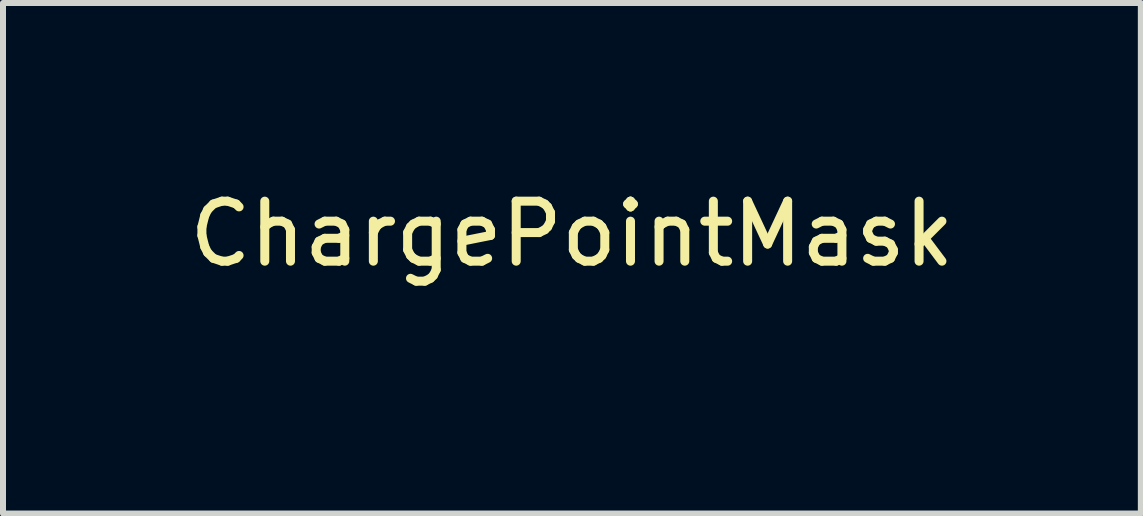
<source format=kicad_pcb>
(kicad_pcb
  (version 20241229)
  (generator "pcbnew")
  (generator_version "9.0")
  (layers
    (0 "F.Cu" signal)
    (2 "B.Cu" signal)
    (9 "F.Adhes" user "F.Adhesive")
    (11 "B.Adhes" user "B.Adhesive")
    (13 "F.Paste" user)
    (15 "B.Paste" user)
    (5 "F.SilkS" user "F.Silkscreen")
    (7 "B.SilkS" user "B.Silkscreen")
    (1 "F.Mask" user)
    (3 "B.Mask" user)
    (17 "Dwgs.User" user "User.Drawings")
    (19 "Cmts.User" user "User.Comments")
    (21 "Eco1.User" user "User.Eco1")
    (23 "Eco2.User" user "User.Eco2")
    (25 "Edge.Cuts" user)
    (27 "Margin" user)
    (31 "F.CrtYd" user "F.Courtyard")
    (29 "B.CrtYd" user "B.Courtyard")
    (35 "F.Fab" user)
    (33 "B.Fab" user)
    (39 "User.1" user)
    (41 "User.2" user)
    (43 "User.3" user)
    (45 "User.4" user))
  (footprint "ChargePointMask"
    (layer "F.Cu")
    (at 6.482 1.348)
    (property "Reference" "ChargePointMask" (at 0 -0.5 0) (unlocked yes) (layer "F.SilkS") (effects (font (size 1 1) (thickness 0.15))))
    (attr smd)
    (fp_poly (pts (xy 3.498 -0.711) (xy 3.506 -0.71) (xy 3.514 -0.709) (xy 3.522 -0.708) (xy 3.53 -0.707) (xy 3.538 -0.705) (xy 3.545 -0.703) (xy 3.552 -0.7) (xy 3.559 -0.697) (xy 3.566 -0.694) (xy 3.572 -0.69) (xy 3.578 -0.686) (xy 3.584 -0.682) (xy 3.59 -0.677) (xy 3.595 -0.672) (xy 3.6 -0.666) (xy 3.605 -0.661) (xy 3.609 -0.655) (xy 3.614 -0.648) (xy 3.618 -0.641) (xy 3.621 -0.634) (xy 3.625 -0.627) (xy 3.628 -0.619) (xy 3.631 -0.611) (xy 3.633 -0.602) (xy 3.635 -0.593) (xy 3.637 -0.584) (xy 3.639 -0.574) (xy 3.64 -0.564) (xy 3.641 -0.554) (xy 3.641 -0.543) (xy 3.641 -0.532) (xy 3.641 0.499) (xy 3.641 0.522) (xy 3.64 0.533) (xy 3.639 0.543) (xy 3.637 0.553) (xy 3.635 0.563) (xy 3.633 0.572) (xy 3.631 0.58) (xy 3.628 0.589) (xy 3.625 0.597) (xy 3.621 0.604) (xy 3.618 0.611) (xy 3.614 0.618) (xy 3.609 0.624) (xy 3.605 0.63) (xy 3.6 0.636) (xy 3.595 0.641) (xy 3.59 0.646) (xy 3.584 0.65) (xy 3.578 0.655) (xy 3.572 0.658) (xy 3.566 0.662) (xy 3.559 0.665) (xy 3.552 0.668) (xy 3.545 0.67) (xy 3.538 0.672) (xy 3.53 0.674) (xy 3.522 0.675) (xy 3.506 0.677) (xy 3.489 0.678) (xy 3.481 0.678) (xy 3.472 0.677) (xy 3.464 0.676) (xy 3.456 0.675) (xy 3.448 0.674) (xy 3.441 0.672) (xy 3.433 0.669) (xy 3.426 0.667) (xy 3.419 0.664) (xy 3.413 0.661) (xy 3.406 0.657) (xy 3.4 0.653) (xy 3.394 0.649) (xy 3.389 0.644) (xy 3.383 0.639) (xy 3.378 0.633) (xy 3.374 0.628) (xy 3.369 0.621) (xy 3.365 0.615) (xy 3.361 0.608) (xy 3.357 0.601) (xy 3.354 0.594) (xy 3.351 0.586) (xy 3.348 0.578) (xy 3.345 0.569) (xy 3.343 0.56) (xy 3.341 0.551) (xy 3.34 0.541) (xy 3.339 0.531) (xy 3.338 0.521) (xy 3.337 0.51) (xy 3.337 0.499) (xy 3.337 -0.532) (xy 3.338 -0.555) (xy 3.339 -0.566) (xy 3.34 -0.576) (xy 3.341 -0.586) (xy 3.343 -0.596) (xy 3.345 -0.605) (xy 3.348 -0.613) (xy 3.351 -0.622) (xy 3.354 -0.63) (xy 3.357 -0.637) (xy 3.361 -0.644) (xy 3.365 -0.651) (xy 3.369 -0.657) (xy 3.374 -0.663) (xy 3.378 -0.669) (xy 3.383 -0.674) (xy 3.389 -0.679) (xy 3.394 -0.684) (xy 3.4 -0.688) (xy 3.406 -0.692) (xy 3.413 -0.695) (xy 3.419 -0.698) (xy 3.426 -0.701) (xy 3.433 -0.703) (xy 3.441 -0.705) (xy 3.448 -0.707) (xy 3.456 -0.709) (xy 3.472 -0.71) (xy 3.489 -0.711)) (stroke (width 0) (type solid)) (fill yes) (layer "F.Mask"))
    (fp_poly (pts (xy 3.498 -1.161) (xy 3.506 -1.16) (xy 3.515 -1.159) (xy 3.523 -1.157) (xy 3.531 -1.155) (xy 3.539 -1.153) (xy 3.547 -1.15) (xy 3.555 -1.147) (xy 3.563 -1.143) (xy 3.57 -1.14) (xy 3.577 -1.135) (xy 3.584 -1.131) (xy 3.591 -1.126) (xy 3.598 -1.121) (xy 3.604 -1.115) (xy 3.61 -1.11) (xy 3.616 -1.104) (xy 3.621 -1.097) (xy 3.626 -1.091) (xy 3.631 -1.084) (xy 3.636 -1.077) (xy 3.64 -1.07) (xy 3.644 -1.062) (xy 3.647 -1.055) (xy 3.65 -1.047) (xy 3.653 -1.039) (xy 3.656 -1.031) (xy 3.658 -1.023) (xy 3.659 -1.015) (xy 3.66 -1.006) (xy 3.661 -0.998) (xy 3.661 -0.989) (xy 3.661 -0.98) (xy 3.66 -0.972) (xy 3.659 -0.963) (xy 3.658 -0.955) (xy 3.656 -0.947) (xy 3.653 -0.939) (xy 3.65 -0.931) (xy 3.647 -0.923) (xy 3.644 -0.915) (xy 3.64 -0.908) (xy 3.636 -0.901) (xy 3.631 -0.894) (xy 3.626 -0.887) (xy 3.621 -0.88) (xy 3.616 -0.874) (xy 3.61 -0.868) (xy 3.604 -0.862) (xy 3.598 -0.857) (xy 3.591 -0.852) (xy 3.584 -0.847) (xy 3.577 -0.842) (xy 3.57 -0.838) (xy 3.563 -0.834) (xy 3.555 -0.831) (xy 3.547 -0.828) (xy 3.539 -0.825) (xy 3.531 -0.822) (xy 3.523 -0.82) (xy 3.515 -0.819) (xy 3.506 -0.818) (xy 3.498 -0.817) (xy 3.489 -0.817) (xy 3.481 -0.817) (xy 3.472 -0.818) (xy 3.464 -0.819) (xy 3.455 -0.82) (xy 3.447 -0.822) (xy 3.439 -0.825) (xy 3.431 -0.828) (xy 3.423 -0.831) (xy 3.416 -0.834) (xy 3.408 -0.838) (xy 3.401 -0.842) (xy 3.394 -0.847) (xy 3.387 -0.852) (xy 3.381 -0.857) (xy 3.375 -0.862) (xy 3.368 -0.868) (xy 3.363 -0.874) (xy 3.357 -0.88) (xy 3.352 -0.887) (xy 3.347 -0.894) (xy 3.343 -0.901) (xy 3.338 -0.908) (xy 3.335 -0.915) (xy 3.331 -0.923) (xy 3.328 -0.931) (xy 3.325 -0.939) (xy 3.323 -0.947) (xy 3.321 -0.955) (xy 3.319 -0.963) (xy 3.318 -0.972) (xy 3.317 -0.98) (xy 3.317 -0.989) (xy 3.317 -0.998) (xy 3.318 -1.007) (xy 3.319 -1.016) (xy 3.321 -1.025) (xy 3.322 -1.033) (xy 3.325 -1.042) (xy 3.327 -1.05) (xy 3.33 -1.058) (xy 3.333 -1.065) (xy 3.337 -1.073) (xy 3.341 -1.08) (xy 3.345 -1.087) (xy 3.35 -1.094) (xy 3.355 -1.1) (xy 3.36 -1.106) (xy 3.366 -1.112) (xy 3.372 -1.118) (xy 3.378 -1.123) (xy 3.384 -1.128) (xy 3.391 -1.133) (xy 3.398 -1.137) (xy 3.405 -1.141) (xy 3.413 -1.145) (xy 3.42 -1.148) (xy 3.428 -1.151) (xy 3.436 -1.153) (xy 3.445 -1.156) (xy 3.453 -1.158) (xy 3.462 -1.159) (xy 3.471 -1.16) (xy 3.48 -1.161) (xy 3.489 -1.161)) (stroke (width 0) (type solid)) (fill yes) (layer "F.Mask"))
    (fp_poly (pts (xy 6.096 0.414) (xy 6.103 0.414) (xy 6.11 0.416) (xy 6.113 0.416) (xy 6.116 0.417) (xy 6.119 0.418) (xy 6.122 0.419) (xy 6.124 0.42) (xy 6.127 0.422) (xy 6.13 0.423) (xy 6.132 0.425) (xy 6.134 0.426) (xy 6.137 0.428) (xy 6.139 0.43) (xy 6.141 0.432) (xy 6.143 0.434) (xy 6.144 0.437) (xy 6.146 0.439) (xy 6.148 0.442) (xy 6.149 0.444) (xy 6.15 0.447) (xy 6.151 0.45) (xy 6.152 0.453) (xy 6.153 0.456) (xy 6.154 0.459) (xy 6.154 0.462) (xy 6.155 0.466) (xy 6.155 0.469) (xy 6.155 0.473) (xy 6.155 0.478) (xy 6.154 0.483) (xy 6.153 0.487) (xy 6.152 0.491) (xy 6.151 0.496) (xy 6.149 0.5) (xy 6.148 0.501) (xy 6.147 0.503) (xy 6.146 0.505) (xy 6.145 0.507) (xy 6.144 0.509) (xy 6.142 0.51) (xy 6.141 0.512) (xy 6.139 0.513) (xy 6.138 0.515) (xy 6.136 0.516) (xy 6.134 0.517) (xy 6.133 0.519) (xy 6.131 0.52) (xy 6.129 0.521) (xy 6.127 0.522) (xy 6.124 0.523) (xy 6.122 0.524) (xy 6.12 0.524) (xy 6.118 0.525) (xy 6.115 0.526) (xy 6.161 0.599) (xy 6.122 0.599) (xy 6.082 0.532) (xy 6.049 0.532) (xy 6.049 0.599) (xy 6.016 0.599) (xy 6.016 0.499) (xy 6.056 0.499) (xy 6.089 0.499) (xy 6.089 0.506) (xy 6.094 0.506) (xy 6.096 0.506) (xy 6.098 0.505) (xy 6.1 0.505) (xy 6.102 0.505) (xy 6.104 0.504) (xy 6.106 0.504) (xy 6.108 0.503) (xy 6.11 0.502) (xy 6.111 0.502) (xy 6.113 0.501) (xy 6.114 0.5) (xy 6.116 0.499) (xy 6.117 0.498) (xy 6.118 0.497) (xy 6.12 0.496) (xy 6.121 0.495) (xy 6.122 0.493) (xy 6.123 0.492) (xy 6.124 0.491) (xy 6.125 0.489) (xy 6.125 0.488) (xy 6.126 0.486) (xy 6.127 0.485) (xy 6.127 0.483) (xy 6.127 0.482) (xy 6.128 0.48) (xy 6.128 0.478) (xy 6.128 0.477) (xy 6.128 0.473) (xy 6.128 0.471) (xy 6.128 0.469) (xy 6.128 0.468) (xy 6.128 0.466) (xy 6.127 0.464) (xy 6.127 0.463) (xy 6.127 0.461) (xy 6.126 0.459) (xy 6.125 0.458) (xy 6.125 0.456) (xy 6.124 0.455) (xy 6.123 0.454) (xy 6.122 0.452) (xy 6.121 0.451) (xy 6.12 0.45) (xy 6.118 0.449) (xy 6.117 0.448) (xy 6.116 0.447) (xy 6.114 0.446) (xy 6.113 0.445) (xy 6.111 0.444) (xy 6.11 0.444) (xy 6.108 0.443) (xy 6.106 0.442) (xy 6.104 0.442) (xy 6.102 0.441) (xy 6.1 0.441) (xy 6.098 0.44) (xy 6.096 0.44) (xy 6.094 0.44) (xy 6.091 0.44) (xy 6.089 0.44) (xy 6.056 0.44) (xy 6.056 0.499) (xy 6.016 0.499) (xy 6.016 0.413) (xy 6.089 0.413)) (stroke (width 0) (type solid)) (fill yes) (layer "F.Mask"))
    (fp_poly (pts (xy 2.675 -0.71) (xy 2.706 -0.708) (xy 2.736 -0.705) (xy 2.764 -0.701) (xy 2.791 -0.695) (xy 2.817 -0.688) (xy 2.841 -0.68) (xy 2.863 -0.67) (xy 2.885 -0.66) (xy 2.905 -0.649) (xy 2.924 -0.636) (xy 2.942 -0.623) (xy 2.958 -0.608) (xy 2.974 -0.593) (xy 2.988 -0.577) (xy 3.001 -0.56) (xy 3.014 -0.542) (xy 3.025 -0.523) (xy 3.035 -0.504) (xy 3.044 -0.483) (xy 3.053 -0.462) (xy 3.06 -0.441) (xy 3.067 -0.419) (xy 3.072 -0.396) (xy 3.081 -0.348) (xy 3.088 -0.299) (xy 3.091 -0.248) (xy 3.092 -0.195) (xy 3.092 0.169) (xy 3.091 0.221) (xy 3.088 0.273) (xy 3.081 0.322) (xy 3.072 0.369) (xy 3.06 0.414) (xy 3.053 0.436) (xy 3.044 0.457) (xy 3.035 0.477) (xy 3.025 0.497) (xy 3.014 0.515) (xy 3.001 0.533) (xy 2.988 0.55) (xy 2.974 0.567) (xy 2.958 0.582) (xy 2.942 0.596) (xy 2.924 0.61) (xy 2.905 0.622) (xy 2.885 0.634) (xy 2.863 0.644) (xy 2.841 0.653) (xy 2.817 0.661) (xy 2.791 0.668) (xy 2.764 0.674) (xy 2.736 0.679) (xy 2.706 0.682) (xy 2.675 0.684) (xy 2.643 0.685) (xy 2.61 0.684) (xy 2.579 0.682) (xy 2.549 0.679) (xy 2.521 0.674) (xy 2.494 0.668) (xy 2.468 0.661) (xy 2.444 0.653) (xy 2.422 0.644) (xy 2.4 0.634) (xy 2.38 0.622) (xy 2.361 0.61) (xy 2.343 0.596) (xy 2.327 0.582) (xy 2.311 0.567) (xy 2.297 0.55) (xy 2.284 0.533) (xy 2.271 0.515) (xy 2.26 0.497) (xy 2.25 0.477) (xy 2.241 0.457) (xy 2.233 0.436) (xy 2.225 0.414) (xy 2.219 0.392) (xy 2.213 0.369) (xy 2.204 0.322) (xy 2.197 0.273) (xy 2.194 0.221) (xy 2.193 0.169) (xy 2.193 0.142) (xy 2.51 0.142) (xy 2.511 0.186) (xy 2.512 0.226) (xy 2.515 0.261) (xy 2.518 0.293) (xy 2.522 0.321) (xy 2.528 0.346) (xy 2.535 0.368) (xy 2.542 0.386) (xy 2.551 0.402) (xy 2.556 0.409) (xy 2.562 0.415) (xy 2.567 0.42) (xy 2.573 0.425) (xy 2.579 0.43) (xy 2.586 0.433) (xy 2.599 0.439) (xy 2.615 0.443) (xy 2.631 0.446) (xy 2.649 0.446) (xy 2.658 0.446) (xy 2.667 0.446) (xy 2.675 0.445) (xy 2.684 0.443) (xy 2.691 0.442) (xy 2.699 0.439) (xy 2.706 0.437) (xy 2.713 0.433) (xy 2.719 0.43) (xy 2.725 0.425) (xy 2.731 0.42) (xy 2.737 0.415) (xy 2.742 0.409) (xy 2.747 0.402) (xy 2.751 0.394) (xy 2.756 0.386) (xy 2.76 0.377) (xy 2.764 0.368) (xy 2.767 0.357) (xy 2.77 0.346) (xy 2.773 0.334) (xy 2.776 0.321) (xy 2.778 0.308) (xy 2.78 0.293) (xy 2.782 0.278) (xy 2.784 0.261) (xy 2.785 0.244) (xy 2.786 0.226) (xy 2.787 0.206) (xy 2.788 0.186) (xy 2.788 0.142) (xy 2.788 -0.175) (xy 2.788 -0.218) (xy 2.786 -0.256) (xy 2.783 -0.291) (xy 2.779 -0.322) (xy 2.774 -0.35) (xy 2.769 -0.374) (xy 2.761 -0.395) (xy 2.753 -0.413) (xy 2.744 -0.429) (xy 2.739 -0.435) (xy 2.734 -0.442) (xy 2.728 -0.447) (xy 2.722 -0.452) (xy 2.716 -0.456) (xy 2.71 -0.46) (xy 2.696 -0.466) (xy 2.682 -0.47) (xy 2.666 -0.472) (xy 2.649 -0.473) (xy 2.641 -0.473) (xy 2.633 -0.472) (xy 2.626 -0.471) (xy 2.618 -0.47) (xy 2.611 -0.468) (xy 2.604 -0.466) (xy 2.598 -0.463) (xy 2.591 -0.46) (xy 2.585 -0.456) (xy 2.579 -0.452) (xy 2.573 -0.447) (xy 2.567 -0.442) (xy 2.562 -0.435) (xy 2.557 -0.429) (xy 2.552 -0.421) (xy 2.547 -0.413) (xy 2.543 -0.405) (xy 2.539 -0.395) (xy 2.535 -0.385) (xy 2.532 -0.374) (xy 2.528 -0.362) (xy 2.525 -0.35) (xy 2.522 -0.336) (xy 2.52 -0.322) (xy 2.518 -0.307) (xy 2.516 -0.291) (xy 2.514 -0.274) (xy 2.513 -0.256) (xy 2.512 -0.238) (xy 2.511 -0.218) (xy 2.51 -0.197) (xy 2.51 -0.175) (xy 2.51 0.142) (xy 2.193 0.142) (xy 2.193 -0.195) (xy 2.194 -0.248) (xy 2.197 -0.299) (xy 2.204 -0.348) (xy 2.213 -0.396) (xy 2.225 -0.441) (xy 2.233 -0.462) (xy 2.241 -0.483) (xy 2.25 -0.504) (xy 2.26 -0.523) (xy 2.271 -0.542) (xy 2.284 -0.56) (xy 2.297 -0.577) (xy 2.311 -0.593) (xy 2.327 -0.608) (xy 2.343 -0.623) (xy 2.361 -0.636) (xy 2.38 -0.649) (xy 2.4 -0.66) (xy 2.422 -0.67) (xy 2.444 -0.68) (xy 2.468 -0.688) (xy 2.494 -0.695) (xy 2.521 -0.701) (xy 2.549 -0.705) (xy 2.579 -0.708) (xy 2.61 -0.71) (xy 2.643 -0.711)) (stroke (width 0) (type solid)) (fill yes) (layer "F.Mask"))
    (fp_poly (pts (xy -1.359 -0.711) (xy -1.351 -0.71) (xy -1.344 -0.709) (xy -1.337 -0.708) (xy -1.33 -0.707) (xy -1.323 -0.705) (xy -1.316 -0.702) (xy -1.31 -0.7) (xy -1.303 -0.697) (xy -1.297 -0.693) (xy -1.291 -0.689) (xy -1.285 -0.685) (xy -1.279 -0.681) (xy -1.274 -0.676) (xy -1.268 -0.67) (xy -1.263 -0.665) (xy -1.259 -0.659) (xy -1.254 -0.652) (xy -1.25 -0.645) (xy -1.246 -0.638) (xy -1.242 -0.63) (xy -1.238 -0.622) (xy -1.235 -0.614) (xy -1.232 -0.605) (xy -1.229 -0.596) (xy -1.227 -0.586) (xy -1.225 -0.576) (xy -1.223 -0.565) (xy -1.222 -0.555) (xy -1.221 -0.543) (xy -1.221 -0.531) (xy -1.22 -0.519) (xy -1.221 -0.502) (xy -1.223 -0.485) (xy -1.226 -0.468) (xy -1.23 -0.452) (xy -1.232 -0.444) (xy -1.235 -0.437) (xy -1.239 -0.429) (xy -1.242 -0.422) (xy -1.246 -0.415) (xy -1.251 -0.408) (xy -1.256 -0.402) (xy -1.261 -0.395) (xy -1.267 -0.389) (xy -1.273 -0.383) (xy -1.279 -0.378) (xy -1.286 -0.373) (xy -1.293 -0.368) (xy -1.301 -0.363) (xy -1.309 -0.359) (xy -1.318 -0.356) (xy -1.327 -0.352) (xy -1.337 -0.349) (xy -1.347 -0.347) (xy -1.358 -0.345) (xy -1.369 -0.343) (xy -1.381 -0.342) (xy -1.393 -0.341) (xy -1.406 -0.341) (xy -1.414 -0.34) (xy -1.423 -0.34) (xy -1.431 -0.339) (xy -1.44 -0.338) (xy -1.448 -0.336) (xy -1.456 -0.334) (xy -1.464 -0.331) (xy -1.472 -0.329) (xy -1.479 -0.325) (xy -1.487 -0.322) (xy -1.494 -0.318) (xy -1.501 -0.314) (xy -1.507 -0.309) (xy -1.514 -0.304) (xy -1.52 -0.299) (xy -1.526 -0.294) (xy -1.532 -0.288) (xy -1.538 -0.281) (xy -1.543 -0.275) (xy -1.548 -0.268) (xy -1.552 -0.261) (xy -1.556 -0.253) (xy -1.56 -0.246) (xy -1.564 -0.237) (xy -1.567 -0.229) (xy -1.57 -0.22) (xy -1.572 -0.211) (xy -1.574 -0.202) (xy -1.576 -0.192) (xy -1.577 -0.183) (xy -1.577 -0.172) (xy -1.578 -0.162) (xy -1.578 0.493) (xy -1.578 0.516) (xy -1.579 0.526) (xy -1.58 0.537) (xy -1.582 0.546) (xy -1.584 0.556) (xy -1.586 0.565) (xy -1.588 0.574) (xy -1.591 0.582) (xy -1.594 0.59) (xy -1.598 0.597) (xy -1.601 0.605) (xy -1.605 0.611) (xy -1.61 0.618) (xy -1.614 0.624) (xy -1.619 0.629) (xy -1.624 0.634) (xy -1.629 0.639) (xy -1.635 0.644) (xy -1.641 0.648) (xy -1.647 0.652) (xy -1.653 0.655) (xy -1.66 0.658) (xy -1.667 0.661) (xy -1.674 0.664) (xy -1.681 0.666) (xy -1.689 0.667) (xy -1.697 0.669) (xy -1.713 0.671) (xy -1.73 0.671) (xy -1.738 0.671) (xy -1.747 0.671) (xy -1.755 0.67) (xy -1.763 0.669) (xy -1.771 0.667) (xy -1.778 0.665) (xy -1.785 0.663) (xy -1.793 0.66) (xy -1.799 0.657) (xy -1.806 0.654) (xy -1.812 0.65) (xy -1.819 0.646) (xy -1.824 0.642) (xy -1.83 0.637) (xy -1.835 0.632) (xy -1.841 0.627) (xy -1.845 0.621) (xy -1.85 0.615) (xy -1.854 0.608) (xy -1.858 0.602) (xy -1.862 0.594) (xy -1.865 0.587) (xy -1.868 0.579) (xy -1.871 0.571) (xy -1.874 0.562) (xy -1.876 0.553) (xy -1.878 0.544) (xy -1.879 0.535) (xy -1.88 0.525) (xy -1.881 0.514) (xy -1.882 0.504) (xy -1.882 0.493) (xy -1.882 -0.552) (xy -1.875 -0.552) (xy -1.875 -0.57) (xy -1.873 -0.588) (xy -1.871 -0.604) (xy -1.867 -0.619) (xy -1.865 -0.626) (xy -1.863 -0.633) (xy -1.86 -0.64) (xy -1.857 -0.646) (xy -1.854 -0.652) (xy -1.851 -0.658) (xy -1.847 -0.664) (xy -1.843 -0.669) (xy -1.839 -0.674) (xy -1.834 -0.679) (xy -1.829 -0.683) (xy -1.824 -0.687) (xy -1.818 -0.691) (xy -1.813 -0.694) (xy -1.806 -0.697) (xy -1.8 -0.7) (xy -1.793 -0.703) (xy -1.786 -0.705) (xy -1.779 -0.707) (xy -1.771 -0.708) (xy -1.763 -0.71) (xy -1.754 -0.71) (xy -1.745 -0.711) (xy -1.736 -0.711) (xy -1.727 -0.711) (xy -1.718 -0.71) (xy -1.71 -0.709) (xy -1.702 -0.708) (xy -1.694 -0.706) (xy -1.687 -0.704) (xy -1.68 -0.702) (xy -1.673 -0.699) (xy -1.666 -0.696) (xy -1.66 -0.693) (xy -1.654 -0.689) (xy -1.649 -0.685) (xy -1.644 -0.681) (xy -1.639 -0.676) (xy -1.634 -0.672) (xy -1.63 -0.666) (xy -1.626 -0.661) (xy -1.622 -0.655) (xy -1.618 -0.649) (xy -1.615 -0.643) (xy -1.612 -0.637) (xy -1.61 -0.63) (xy -1.607 -0.623) (xy -1.605 -0.616) (xy -1.603 -0.609) (xy -1.602 -0.601) (xy -1.599 -0.586) (xy -1.598 -0.569) (xy -1.597 -0.552) (xy -1.597 -0.427) (xy -1.591 -0.427) (xy -1.582 -0.457) (xy -1.572 -0.486) (xy -1.562 -0.514) (xy -1.551 -0.541) (xy -1.539 -0.566) (xy -1.527 -0.589) (xy -1.514 -0.611) (xy -1.501 -0.631) (xy -1.486 -0.649) (xy -1.471 -0.665) (xy -1.456 -0.678) (xy -1.448 -0.684) (xy -1.439 -0.69) (xy -1.431 -0.695) (xy -1.422 -0.699) (xy -1.413 -0.703) (xy -1.404 -0.706) (xy -1.395 -0.708) (xy -1.385 -0.71) (xy -1.376 -0.711) (xy -1.366 -0.711)) (stroke (width 0) (type solid)) (fill yes) (layer "F.Mask"))
    (fp_poly (pts (xy 6.091 0.328) (xy 6.099 0.328) (xy 6.107 0.329) (xy 6.116 0.331) (xy 6.123 0.333) (xy 6.131 0.335) (xy 6.139 0.338) (xy 6.146 0.341) (xy 6.153 0.345) (xy 6.16 0.349) (xy 6.167 0.353) (xy 6.173 0.357) (xy 6.179 0.362) (xy 6.185 0.367) (xy 6.191 0.373) (xy 6.196 0.379) (xy 6.201 0.385) (xy 6.206 0.391) (xy 6.211 0.398) (xy 6.215 0.404) (xy 6.219 0.411) (xy 6.223 0.418) (xy 6.226 0.426) (xy 6.229 0.433) (xy 6.232 0.441) (xy 6.234 0.449) (xy 6.236 0.457) (xy 6.238 0.465) (xy 6.239 0.474) (xy 6.24 0.482) (xy 6.241 0.491) (xy 6.241 0.499) (xy 6.241 0.506) (xy 6.241 0.515) (xy 6.24 0.524) (xy 6.239 0.533) (xy 6.238 0.542) (xy 6.236 0.551) (xy 6.234 0.559) (xy 6.231 0.568) (xy 6.228 0.576) (xy 6.225 0.584) (xy 6.221 0.591) (xy 6.217 0.599) (xy 6.213 0.606) (xy 6.209 0.613) (xy 6.204 0.62) (xy 6.199 0.626) (xy 6.194 0.633) (xy 6.188 0.638) (xy 6.182 0.644) (xy 6.176 0.649) (xy 6.17 0.654) (xy 6.164 0.659) (xy 6.157 0.663) (xy 6.15 0.667) (xy 6.143 0.671) (xy 6.136 0.674) (xy 6.129 0.677) (xy 6.121 0.679) (xy 6.114 0.681) (xy 6.106 0.683) (xy 6.098 0.684) (xy 6.09 0.684) (xy 6.082 0.685) (xy 6.074 0.685) (xy 6.066 0.685) (xy 6.058 0.684) (xy 6.051 0.683) (xy 6.043 0.682) (xy 6.036 0.68) (xy 6.028 0.677) (xy 6.021 0.674) (xy 6.014 0.671) (xy 6.007 0.668) (xy 6.001 0.664) (xy 5.994 0.659) (xy 5.988 0.655) (xy 5.982 0.649) (xy 5.976 0.644) (xy 5.97 0.638) (xy 5.965 0.632) (xy 5.96 0.626) (xy 5.955 0.619) (xy 5.951 0.612) (xy 5.947 0.605) (xy 5.943 0.598) (xy 5.939 0.59) (xy 5.936 0.582) (xy 5.933 0.574) (xy 5.931 0.566) (xy 5.928 0.557) (xy 5.927 0.549) (xy 5.925 0.54) (xy 5.924 0.531) (xy 5.924 0.522) (xy 5.924 0.519) (xy 5.95 0.519) (xy 5.95 0.527) (xy 5.951 0.535) (xy 5.951 0.543) (xy 5.953 0.551) (xy 5.954 0.558) (xy 5.956 0.566) (xy 5.958 0.573) (xy 5.96 0.58) (xy 5.963 0.587) (xy 5.966 0.594) (xy 5.969 0.601) (xy 5.973 0.607) (xy 5.977 0.614) (xy 5.981 0.62) (xy 5.985 0.625) (xy 5.99 0.631) (xy 5.994 0.636) (xy 5.999 0.641) (xy 6.004 0.646) (xy 6.01 0.65) (xy 6.016 0.655) (xy 6.021 0.658) (xy 6.027 0.662) (xy 6.034 0.665) (xy 6.04 0.668) (xy 6.046 0.671) (xy 6.053 0.673) (xy 6.06 0.675) (xy 6.067 0.676) (xy 6.074 0.677) (xy 6.081 0.678) (xy 6.089 0.678) (xy 6.096 0.677) (xy 6.103 0.676) (xy 6.11 0.674) (xy 6.117 0.673) (xy 6.124 0.67) (xy 6.131 0.668) (xy 6.138 0.665) (xy 6.144 0.661) (xy 6.15 0.658) (xy 6.156 0.654) (xy 6.162 0.65) (xy 6.168 0.645) (xy 6.173 0.641) (xy 6.178 0.636) (xy 6.183 0.631) (xy 6.188 0.625) (xy 6.192 0.619) (xy 6.197 0.613) (xy 6.201 0.607) (xy 6.205 0.601) (xy 6.208 0.594) (xy 6.211 0.588) (xy 6.214 0.581) (xy 6.217 0.574) (xy 6.22 0.567) (xy 6.222 0.559) (xy 6.223 0.552) (xy 6.225 0.544) (xy 6.226 0.536) (xy 6.227 0.529) (xy 6.227 0.521) (xy 6.228 0.513) (xy 6.227 0.504) (xy 6.227 0.496) (xy 6.226 0.487) (xy 6.225 0.479) (xy 6.223 0.471) (xy 6.222 0.464) (xy 6.22 0.456) (xy 6.217 0.449) (xy 6.214 0.442) (xy 6.211 0.435) (xy 6.208 0.428) (xy 6.205 0.422) (xy 6.201 0.416) (xy 6.197 0.41) (xy 6.192 0.404) (xy 6.188 0.399) (xy 6.183 0.393) (xy 6.178 0.389) (xy 6.173 0.384) (xy 6.168 0.38) (xy 6.162 0.376) (xy 6.156 0.372) (xy 6.15 0.369) (xy 6.144 0.366) (xy 6.138 0.363) (xy 6.131 0.361) (xy 6.124 0.359) (xy 6.117 0.357) (xy 6.11 0.356) (xy 6.103 0.355) (xy 6.096 0.354) (xy 6.089 0.354) (xy 6.081 0.354) (xy 6.074 0.355) (xy 6.067 0.356) (xy 6.06 0.357) (xy 6.053 0.359) (xy 6.046 0.361) (xy 6.04 0.364) (xy 6.034 0.367) (xy 6.027 0.37) (xy 6.021 0.373) (xy 6.016 0.377) (xy 6.01 0.381) (xy 6.004 0.386) (xy 5.999 0.391) (xy 5.994 0.396) (xy 5.99 0.401) (xy 5.985 0.407) (xy 5.981 0.412) (xy 5.977 0.418) (xy 5.973 0.425) (xy 5.969 0.431) (xy 5.966 0.438) (xy 5.963 0.445) (xy 5.96 0.452) (xy 5.958 0.459) (xy 5.956 0.466) (xy 5.954 0.474) (xy 5.953 0.481) (xy 5.951 0.489) (xy 5.951 0.497) (xy 5.95 0.505) (xy 5.95 0.513) (xy 5.95 0.519) (xy 5.924 0.519) (xy 5.923 0.513) (xy 5.924 0.503) (xy 5.924 0.493) (xy 5.925 0.484) (xy 5.927 0.474) (xy 5.928 0.465) (xy 5.931 0.456) (xy 5.933 0.448) (xy 5.936 0.439) (xy 5.939 0.431) (xy 5.943 0.423) (xy 5.947 0.415) (xy 5.951 0.408) (xy 5.955 0.4) (xy 5.96 0.393) (xy 5.965 0.387) (xy 5.97 0.38) (xy 5.976 0.374) (xy 5.982 0.369) (xy 5.988 0.363) (xy 5.994 0.358) (xy 6.001 0.353) (xy 6.007 0.349) (xy 6.014 0.345) (xy 6.021 0.341) (xy 6.028 0.338) (xy 6.036 0.335) (xy 6.043 0.333) (xy 6.051 0.331) (xy 6.058 0.329) (xy 6.066 0.328) (xy 6.074 0.328) (xy 6.082 0.327)) (stroke (width 0) (type solid)) (fill yes) (layer "F.Mask"))
    (fp_poly (pts (xy -3.944 -1.081) (xy -3.935 -1.081) (xy -3.927 -1.08) (xy -3.919 -1.079) (xy -3.911 -1.077) (xy -3.904 -1.075) (xy -3.896 -1.073) (xy -3.889 -1.07) (xy -3.883 -1.067) (xy -3.876 -1.064) (xy -3.87 -1.06) (xy -3.863 -1.056) (xy -3.858 -1.052) (xy -3.852 -1.047) (xy -3.847 -1.042) (xy -3.841 -1.037) (xy -3.837 -1.031) (xy -3.832 -1.025) (xy -3.828 -1.019) (xy -3.824 -1.012) (xy -3.82 -1.005) (xy -3.817 -0.997) (xy -3.814 -0.989) (xy -3.811 -0.981) (xy -3.808 -0.972) (xy -3.806 -0.964) (xy -3.804 -0.954) (xy -3.803 -0.945) (xy -3.802 -0.935) (xy -3.801 -0.925) (xy -3.8 -0.914) (xy -3.8 -0.903) (xy -3.8 -0.546) (xy -3.793 -0.546) (xy -3.789 -0.556) (xy -3.784 -0.566) (xy -3.779 -0.576) (xy -3.773 -0.585) (xy -3.767 -0.595) (xy -3.76 -0.603) (xy -3.753 -0.612) (xy -3.746 -0.62) (xy -3.739 -0.628) (xy -3.731 -0.635) (xy -3.723 -0.643) (xy -3.715 -0.65) (xy -3.706 -0.656) (xy -3.698 -0.662) (xy -3.689 -0.668) (xy -3.679 -0.674) (xy -3.67 -0.679) (xy -3.66 -0.684) (xy -3.651 -0.689) (xy -3.641 -0.693) (xy -3.631 -0.697) (xy -3.621 -0.7) (xy -3.61 -0.704) (xy -3.6 -0.707) (xy -3.59 -0.709) (xy -3.579 -0.711) (xy -3.558 -0.715) (xy -3.547 -0.716) (xy -3.537 -0.717) (xy -3.526 -0.718) (xy -3.516 -0.718) (xy -3.5 -0.717) (xy -3.485 -0.716) (xy -3.47 -0.715) (xy -3.456 -0.713) (xy -3.442 -0.71) (xy -3.428 -0.706) (xy -3.415 -0.702) (xy -3.401 -0.698) (xy -3.389 -0.692) (xy -3.376 -0.686) (xy -3.364 -0.68) (xy -3.353 -0.672) (xy -3.342 -0.664) (xy -3.331 -0.656) (xy -3.321 -0.647) (xy -3.311 -0.637) (xy -3.302 -0.626) (xy -3.293 -0.615) (xy -3.285 -0.603) (xy -3.278 -0.59) (xy -3.27 -0.577) (xy -3.264 -0.563) (xy -3.258 -0.549) (xy -3.252 -0.534) (xy -3.248 -0.518) (xy -3.243 -0.501) (xy -3.24 -0.484) (xy -3.237 -0.466) (xy -3.234 -0.447) (xy -3.233 -0.428) (xy -3.232 -0.408) (xy -3.231 -0.387) (xy -3.231 0.499) (xy -3.232 0.522) (xy -3.233 0.533) (xy -3.234 0.543) (xy -3.235 0.553) (xy -3.237 0.563) (xy -3.239 0.572) (xy -3.242 0.58) (xy -3.245 0.589) (xy -3.248 0.597) (xy -3.251 0.604) (xy -3.255 0.611) (xy -3.259 0.618) (xy -3.263 0.624) (xy -3.268 0.63) (xy -3.273 0.636) (xy -3.278 0.641) (xy -3.283 0.646) (xy -3.289 0.65) (xy -3.295 0.655) (xy -3.301 0.658) (xy -3.307 0.662) (xy -3.314 0.665) (xy -3.321 0.668) (xy -3.328 0.67) (xy -3.335 0.672) (xy -3.342 0.674) (xy -3.35 0.675) (xy -3.366 0.677) (xy -3.383 0.678) (xy -3.392 0.678) (xy -3.4 0.677) (xy -3.409 0.676) (xy -3.416 0.675) (xy -3.424 0.674) (xy -3.432 0.672) (xy -3.439 0.669) (xy -3.446 0.667) (xy -3.453 0.664) (xy -3.46 0.661) (xy -3.466 0.657) (xy -3.472 0.653) (xy -3.478 0.649) (xy -3.484 0.644) (xy -3.489 0.639) (xy -3.494 0.633) (xy -3.499 0.628) (xy -3.504 0.621) (xy -3.508 0.615) (xy -3.512 0.608) (xy -3.515 0.601) (xy -3.519 0.594) (xy -3.522 0.586) (xy -3.525 0.578) (xy -3.527 0.569) (xy -3.529 0.56) (xy -3.531 0.551) (xy -3.533 0.541) (xy -3.534 0.531) (xy -3.535 0.521) (xy -3.535 0.51) (xy -3.535 0.499) (xy -3.535 -0.314) (xy -3.536 -0.323) (xy -3.536 -0.332) (xy -3.537 -0.341) (xy -3.538 -0.349) (xy -3.539 -0.356) (xy -3.541 -0.364) (xy -3.543 -0.371) (xy -3.545 -0.378) (xy -3.547 -0.384) (xy -3.55 -0.39) (xy -3.552 -0.396) (xy -3.555 -0.402) (xy -3.559 -0.407) (xy -3.562 -0.412) (xy -3.566 -0.417) (xy -3.569 -0.421) (xy -3.573 -0.425) (xy -3.577 -0.429) (xy -3.582 -0.432) (xy -3.586 -0.435) (xy -3.591 -0.438) (xy -3.595 -0.441) (xy -3.6 -0.443) (xy -3.605 -0.445) (xy -3.615 -0.449) (xy -3.626 -0.451) (xy -3.637 -0.453) (xy -3.648 -0.453) (xy -3.657 -0.453) (xy -3.665 -0.452) (xy -3.673 -0.451) (xy -3.681 -0.45) (xy -3.689 -0.448) (xy -3.697 -0.445) (xy -3.704 -0.442) (xy -3.712 -0.439) (xy -3.719 -0.435) (xy -3.726 -0.431) (xy -3.732 -0.426) (xy -3.739 -0.421) (xy -3.745 -0.416) (xy -3.751 -0.41) (xy -3.757 -0.403) (xy -3.762 -0.396) (xy -3.767 -0.389) (xy -3.772 -0.381) (xy -3.777 -0.372) (xy -3.781 -0.363) (xy -3.785 -0.353) (xy -3.789 -0.343) (xy -3.792 -0.333) (xy -3.795 -0.322) (xy -3.798 -0.31) (xy -3.8 -0.298) (xy -3.802 -0.286) (xy -3.804 -0.273) (xy -3.805 -0.259) (xy -3.806 -0.245) (xy -3.807 -0.23) (xy -3.807 -0.215) (xy -3.807 0.499) (xy -3.807 0.522) (xy -3.808 0.533) (xy -3.809 0.543) (xy -3.811 0.553) (xy -3.813 0.563) (xy -3.815 0.572) (xy -3.817 0.58) (xy -3.82 0.589) (xy -3.823 0.597) (xy -3.827 0.604) (xy -3.83 0.611) (xy -3.834 0.618) (xy -3.839 0.624) (xy -3.843 0.63) (xy -3.848 0.636) (xy -3.853 0.641) (xy -3.858 0.646) (xy -3.864 0.65) (xy -3.87 0.655) (xy -3.876 0.658) (xy -3.883 0.662) (xy -3.889 0.665) (xy -3.896 0.668) (xy -3.903 0.67) (xy -3.91 0.672) (xy -3.918 0.674) (xy -3.926 0.675) (xy -3.942 0.677) (xy -3.959 0.678) (xy -3.967 0.678) (xy -3.976 0.677) (xy -3.984 0.676) (xy -3.992 0.675) (xy -4 0.674) (xy -4.007 0.672) (xy -4.015 0.669) (xy -4.022 0.667) (xy -4.029 0.664) (xy -4.035 0.661) (xy -4.042 0.657) (xy -4.048 0.653) (xy -4.054 0.649) (xy -4.059 0.644) (xy -4.065 0.639) (xy -4.07 0.633) (xy -4.074 0.628) (xy -4.079 0.621) (xy -4.083 0.615) (xy -4.087 0.608) (xy -4.091 0.601) (xy -4.094 0.594) (xy -4.097 0.586) (xy -4.1 0.578) (xy -4.103 0.569) (xy -4.105 0.56) (xy -4.107 0.551) (xy -4.108 0.541) (xy -4.109 0.531) (xy -4.11 0.521) (xy -4.111 0.51) (xy -4.111 0.499) (xy -4.111 -0.903) (xy -4.104 -0.903) (xy -4.104 -0.926) (xy -4.103 -0.936) (xy -4.102 -0.947) (xy -4.1 -0.957) (xy -4.098 -0.966) (xy -4.096 -0.975) (xy -4.094 -0.984) (xy -4.091 -0.992) (xy -4.088 -1) (xy -4.084 -1.008) (xy -4.081 -1.015) (xy -4.077 -1.021) (xy -4.072 -1.028) (xy -4.068 -1.034) (xy -4.063 -1.039) (xy -4.058 -1.045) (xy -4.053 -1.049) (xy -4.047 -1.054) (xy -4.041 -1.058) (xy -4.035 -1.062) (xy -4.029 -1.065) (xy -4.022 -1.068) (xy -4.015 -1.071) (xy -4.008 -1.074) (xy -4.001 -1.076) (xy -3.993 -1.078) (xy -3.985 -1.079) (xy -3.969 -1.081) (xy -3.952 -1.081)) (stroke (width 0) (type solid)) (fill yes) (layer "F.Mask"))
    (fp_poly (pts (xy 0.501 -0.711) (xy 0.529 -0.709) (xy 0.555 -0.707) (xy 0.58 -0.703) (xy 0.604 -0.698) (xy 0.627 -0.693) (xy 0.649 -0.686) (xy 0.669 -0.679) (xy 0.689 -0.67) (xy 0.707 -0.66) (xy 0.725 -0.65) (xy 0.741 -0.638) (xy 0.757 -0.625) (xy 0.772 -0.612) (xy 0.785 -0.597) (xy 0.798 -0.581) (xy 0.81 -0.564) (xy 0.821 -0.547) (xy 0.831 -0.528) (xy 0.84 -0.508) (xy 0.848 -0.487) (xy 0.856 -0.465) (xy 0.862 -0.442) (xy 0.868 -0.418) (xy 0.873 -0.393) (xy 0.878 -0.367) (xy 0.885 -0.312) (xy 0.888 -0.252) (xy 0.89 -0.189) (xy 0.889 -0.167) (xy 0.889 -0.145) (xy 0.887 -0.125) (xy 0.885 -0.105) (xy 0.882 -0.087) (xy 0.877 -0.069) (xy 0.875 -0.061) (xy 0.872 -0.053) (xy 0.868 -0.045) (xy 0.864 -0.038) (xy 0.86 -0.031) (xy 0.855 -0.024) (xy 0.849 -0.018) (xy 0.843 -0.012) (xy 0.837 -0.007) (xy 0.83 -0.002) (xy 0.822 0.003) (xy 0.814 0.007) (xy 0.806 0.011) (xy 0.796 0.014) (xy 0.786 0.017) (xy 0.775 0.019) (xy 0.764 0.021) (xy 0.751 0.022) (xy 0.738 0.023) (xy 0.724 0.023) (xy 0.334 0.023) (xy 0.334 0.155) (xy 0.335 0.213) (xy 0.336 0.241) (xy 0.338 0.267) (xy 0.341 0.292) (xy 0.345 0.315) (xy 0.349 0.337) (xy 0.356 0.357) (xy 0.363 0.375) (xy 0.367 0.384) (xy 0.372 0.392) (xy 0.377 0.399) (xy 0.383 0.406) (xy 0.389 0.412) (xy 0.395 0.418) (xy 0.402 0.423) (xy 0.41 0.427) (xy 0.418 0.431) (xy 0.426 0.434) (xy 0.436 0.437) (xy 0.445 0.438) (xy 0.455 0.44) (xy 0.466 0.44) (xy 0.472 0.44) (xy 0.478 0.439) (xy 0.484 0.438) (xy 0.49 0.437) (xy 0.496 0.435) (xy 0.501 0.433) (xy 0.507 0.431) (xy 0.512 0.428) (xy 0.517 0.425) (xy 0.522 0.422) (xy 0.526 0.419) (xy 0.531 0.415) (xy 0.535 0.411) (xy 0.54 0.407) (xy 0.544 0.402) (xy 0.547 0.398) (xy 0.551 0.393) (xy 0.554 0.388) (xy 0.558 0.382) (xy 0.561 0.377) (xy 0.563 0.371) (xy 0.566 0.365) (xy 0.568 0.359) (xy 0.571 0.353) (xy 0.572 0.347) (xy 0.574 0.341) (xy 0.575 0.334) (xy 0.577 0.328) (xy 0.578 0.321) (xy 0.578 0.315) (xy 0.579 0.308) (xy 0.579 0.301) (xy 0.58 0.289) (xy 0.581 0.277) (xy 0.582 0.266) (xy 0.584 0.256) (xy 0.586 0.246) (xy 0.588 0.237) (xy 0.59 0.229) (xy 0.593 0.22) (xy 0.596 0.213) (xy 0.599 0.206) (xy 0.603 0.199) (xy 0.607 0.193) (xy 0.611 0.187) (xy 0.615 0.181) (xy 0.62 0.177) (xy 0.624 0.172) (xy 0.629 0.168) (xy 0.634 0.164) (xy 0.64 0.161) (xy 0.645 0.158) (xy 0.651 0.155) (xy 0.657 0.152) (xy 0.663 0.15) (xy 0.669 0.148) (xy 0.682 0.146) (xy 0.696 0.144) (xy 0.71 0.143) (xy 0.724 0.142) (xy 0.74 0.143) (xy 0.756 0.144) (xy 0.77 0.145) (xy 0.784 0.148) (xy 0.791 0.15) (xy 0.798 0.152) (xy 0.804 0.154) (xy 0.81 0.157) (xy 0.816 0.16) (xy 0.822 0.163) (xy 0.827 0.166) (xy 0.833 0.17) (xy 0.838 0.175) (xy 0.842 0.179) (xy 0.847 0.184) (xy 0.851 0.189) (xy 0.855 0.195) (xy 0.858 0.201) (xy 0.862 0.208) (xy 0.865 0.215) (xy 0.867 0.222) (xy 0.87 0.23) (xy 0.872 0.238) (xy 0.873 0.247) (xy 0.875 0.257) (xy 0.876 0.266) (xy 0.876 0.277) (xy 0.876 0.288) (xy 0.876 0.31) (xy 0.875 0.331) (xy 0.872 0.352) (xy 0.869 0.373) (xy 0.865 0.392) (xy 0.86 0.412) (xy 0.854 0.43) (xy 0.847 0.448) (xy 0.839 0.466) (xy 0.831 0.482) (xy 0.821 0.498) (xy 0.811 0.514) (xy 0.8 0.529) (xy 0.789 0.543) (xy 0.776 0.556) (xy 0.763 0.569) (xy 0.749 0.581) (xy 0.735 0.592) (xy 0.72 0.603) (xy 0.704 0.613) (xy 0.687 0.622) (xy 0.67 0.63) (xy 0.652 0.638) (xy 0.634 0.645) (xy 0.615 0.651) (xy 0.595 0.656) (xy 0.575 0.661) (xy 0.554 0.665) (xy 0.533 0.668) (xy 0.511 0.67) (xy 0.489 0.671) (xy 0.466 0.671) (xy 0.429 0.671) (xy 0.394 0.669) (xy 0.36 0.666) (xy 0.329 0.661) (xy 0.3 0.656) (xy 0.272 0.649) (xy 0.246 0.641) (xy 0.222 0.632) (xy 0.2 0.622) (xy 0.179 0.61) (xy 0.159 0.598) (xy 0.142 0.585) (xy 0.125 0.57) (xy 0.11 0.554) (xy 0.097 0.538) (xy 0.084 0.52) (xy 0.073 0.501) (xy 0.063 0.482) (xy 0.054 0.461) (xy 0.046 0.44) (xy 0.039 0.417) (xy 0.033 0.394) (xy 0.028 0.37) (xy 0.024 0.345) (xy 0.017 0.292) (xy 0.013 0.236) (xy 0.011 0.178) (xy 0.01 0.116) (xy 0.01 -0.155) (xy 0.017 -0.155) (xy 0.017 -0.189) (xy 0.321 -0.189) (xy 0.585 -0.189) (xy 0.585 -0.301) (xy 0.585 -0.319) (xy 0.584 -0.337) (xy 0.582 -0.354) (xy 0.579 -0.371) (xy 0.575 -0.386) (xy 0.57 -0.401) (xy 0.564 -0.415) (xy 0.56 -0.421) (xy 0.556 -0.427) (xy 0.552 -0.433) (xy 0.548 -0.439) (xy 0.543 -0.444) (xy 0.539 -0.449) (xy 0.533 -0.454) (xy 0.528 -0.458) (xy 0.522 -0.462) (xy 0.516 -0.466) (xy 0.509 -0.469) (xy 0.502 -0.472) (xy 0.495 -0.474) (xy 0.487 -0.476) (xy 0.479 -0.478) (xy 0.471 -0.479) (xy 0.462 -0.479) (xy 0.453 -0.48) (xy 0.444 -0.479) (xy 0.435 -0.479) (xy 0.427 -0.478) (xy 0.419 -0.476) (xy 0.411 -0.474) (xy 0.404 -0.472) (xy 0.397 -0.469) (xy 0.391 -0.466) (xy 0.384 -0.462) (xy 0.378 -0.458) (xy 0.373 -0.454) (xy 0.368 -0.449) (xy 0.363 -0.444) (xy 0.358 -0.439) (xy 0.354 -0.433) (xy 0.35 -0.427) (xy 0.346 -0.421) (xy 0.343 -0.415) (xy 0.339 -0.408) (xy 0.337 -0.401) (xy 0.334 -0.394) (xy 0.332 -0.386) (xy 0.329 -0.379) (xy 0.328 -0.371) (xy 0.326 -0.363) (xy 0.325 -0.354) (xy 0.322 -0.337) (xy 0.321 -0.319) (xy 0.321 -0.301) (xy 0.321 -0.189) (xy 0.017 -0.189) (xy 0.017 -0.217) (xy 0.019 -0.276) (xy 0.024 -0.332) (xy 0.03 -0.385) (xy 0.04 -0.434) (xy 0.046 -0.457) (xy 0.053 -0.479) (xy 0.061 -0.501) (xy 0.07 -0.522) (xy 0.08 -0.541) (xy 0.091 -0.56) (xy 0.103 -0.577) (xy 0.117 -0.594) (xy 0.132 -0.61) (xy 0.148 -0.624) (xy 0.166 -0.638) (xy 0.185 -0.65) (xy 0.206 -0.661) (xy 0.229 -0.672) (xy 0.253 -0.681) (xy 0.279 -0.689) (xy 0.306 -0.695) (xy 0.336 -0.701) (xy 0.367 -0.705) (xy 0.4 -0.709) (xy 0.436 -0.71) (xy 0.473 -0.711)) (stroke (width 0) (type solid)) (fill yes) (layer "F.Mask"))
    (fp_poly (pts (xy 1.708 -0.71) (xy 1.732 -0.708) (xy 1.754 -0.705) (xy 1.775 -0.7) (xy 1.795 -0.694) (xy 1.813 -0.687) (xy 1.831 -0.678) (xy 1.847 -0.669) (xy 1.863 -0.658) (xy 1.877 -0.646) (xy 1.891 -0.633) (xy 1.903 -0.619) (xy 1.915 -0.605) (xy 1.925 -0.589) (xy 1.935 -0.572) (xy 1.944 -0.555) (xy 1.952 -0.537) (xy 1.959 -0.518) (xy 1.966 -0.498) (xy 1.972 -0.478) (xy 1.977 -0.457) (xy 1.982 -0.435) (xy 1.986 -0.413) (xy 1.989 -0.39) (xy 1.995 -0.343) (xy 1.998 -0.295) (xy 2 -0.246) (xy 2.001 -0.195) (xy 2.001 0.162) (xy 2 0.213) (xy 1.998 0.262) (xy 1.995 0.31) (xy 1.989 0.357) (xy 1.982 0.402) (xy 1.972 0.444) (xy 1.959 0.485) (xy 1.944 0.522) (xy 1.935 0.539) (xy 1.925 0.556) (xy 1.915 0.571) (xy 1.903 0.586) (xy 1.891 0.6) (xy 1.877 0.613) (xy 1.863 0.625) (xy 1.847 0.636) (xy 1.831 0.645) (xy 1.813 0.654) (xy 1.795 0.661) (xy 1.775 0.667) (xy 1.754 0.672) (xy 1.732 0.675) (xy 1.708 0.677) (xy 1.683 0.678) (xy 1.662 0.677) (xy 1.642 0.676) (xy 1.622 0.673) (xy 1.602 0.669) (xy 1.583 0.664) (xy 1.564 0.658) (xy 1.546 0.65) (xy 1.529 0.642) (xy 1.512 0.632) (xy 1.496 0.621) (xy 1.481 0.608) (xy 1.467 0.594) (xy 1.453 0.579) (xy 1.441 0.563) (xy 1.429 0.545) (xy 1.419 0.526) (xy 1.412 0.526) (xy 1.412 0.903) (xy 1.412 0.926) (xy 1.411 0.936) (xy 1.409 0.947) (xy 1.408 0.957) (xy 1.406 0.966) (xy 1.404 0.975) (xy 1.401 0.984) (xy 1.399 0.992) (xy 1.396 1) (xy 1.392 1.008) (xy 1.388 1.015) (xy 1.385 1.021) (xy 1.38 1.028) (xy 1.376 1.034) (xy 1.371 1.039) (xy 1.366 1.045) (xy 1.36 1.049) (xy 1.355 1.054) (xy 1.349 1.058) (xy 1.343 1.062) (xy 1.336 1.065) (xy 1.33 1.068) (xy 1.323 1.071) (xy 1.316 1.074) (xy 1.309 1.076) (xy 1.301 1.078) (xy 1.293 1.079) (xy 1.277 1.081) (xy 1.26 1.081) (xy 1.251 1.081) (xy 1.243 1.081) (xy 1.235 1.08) (xy 1.227 1.079) (xy 1.219 1.077) (xy 1.212 1.075) (xy 1.204 1.073) (xy 1.197 1.07) (xy 1.19 1.067) (xy 1.184 1.064) (xy 1.177 1.06) (xy 1.171 1.056) (xy 1.165 1.052) (xy 1.16 1.047) (xy 1.154 1.042) (xy 1.149 1.037) (xy 1.144 1.031) (xy 1.14 1.025) (xy 1.136 1.019) (xy 1.132 1.012) (xy 1.128 1.005) (xy 1.125 0.997) (xy 1.121 0.989) (xy 1.119 0.981) (xy 1.116 0.972) (xy 1.114 0.964) (xy 1.112 0.954) (xy 1.111 0.945) (xy 1.109 0.935) (xy 1.109 0.925) (xy 1.108 0.914) (xy 1.108 0.903) (xy 1.108 0.122) (xy 1.412 0.122) (xy 1.413 0.158) (xy 1.414 0.191) (xy 1.416 0.224) (xy 1.419 0.254) (xy 1.424 0.283) (xy 1.429 0.309) (xy 1.436 0.334) (xy 1.444 0.356) (xy 1.453 0.377) (xy 1.464 0.395) (xy 1.47 0.403) (xy 1.476 0.41) (xy 1.483 0.417) (xy 1.49 0.423) (xy 1.498 0.428) (xy 1.506 0.433) (xy 1.515 0.437) (xy 1.524 0.44) (xy 1.533 0.443) (xy 1.543 0.445) (xy 1.553 0.446) (xy 1.564 0.446) (xy 1.575 0.446) (xy 1.584 0.445) (xy 1.593 0.443) (xy 1.602 0.441) (xy 1.61 0.437) (xy 1.618 0.433) (xy 1.625 0.429) (xy 1.631 0.423) (xy 1.638 0.417) (xy 1.643 0.41) (xy 1.649 0.403) (xy 1.654 0.395) (xy 1.658 0.386) (xy 1.662 0.377) (xy 1.666 0.366) (xy 1.669 0.356) (xy 1.672 0.344) (xy 1.675 0.332) (xy 1.678 0.319) (xy 1.68 0.306) (xy 1.682 0.292) (xy 1.684 0.277) (xy 1.685 0.262) (xy 1.686 0.246) (xy 1.688 0.212) (xy 1.689 0.176) (xy 1.69 0.137) (xy 1.69 0.096) (xy 1.69 -0.089) (xy 1.69 -0.141) (xy 1.689 -0.189) (xy 1.687 -0.232) (xy 1.684 -0.27) (xy 1.681 -0.304) (xy 1.676 -0.334) (xy 1.671 -0.361) (xy 1.664 -0.384) (xy 1.657 -0.403) (xy 1.648 -0.419) (xy 1.637 -0.432) (xy 1.632 -0.438) (xy 1.626 -0.443) (xy 1.613 -0.45) (xy 1.598 -0.456) (xy 1.582 -0.459) (xy 1.564 -0.46) (xy 1.558 -0.46) (xy 1.551 -0.459) (xy 1.544 -0.458) (xy 1.537 -0.457) (xy 1.531 -0.455) (xy 1.524 -0.453) (xy 1.517 -0.45) (xy 1.511 -0.447) (xy 1.505 -0.443) (xy 1.498 -0.439) (xy 1.492 -0.434) (xy 1.486 -0.429) (xy 1.481 -0.422) (xy 1.475 -0.415) (xy 1.47 -0.408) (xy 1.464 -0.399) (xy 1.459 -0.39) (xy 1.455 -0.38) (xy 1.45 -0.369) (xy 1.446 -0.357) (xy 1.442 -0.345) (xy 1.438 -0.331) (xy 1.434 -0.316) (xy 1.431 -0.301) (xy 1.429 -0.284) (xy 1.426 -0.266) (xy 1.424 -0.247) (xy 1.422 -0.227) (xy 1.421 -0.206) (xy 1.42 -0.184) (xy 1.419 -0.16) (xy 1.419 -0.136) (xy 1.419 0.122) (xy 1.412 0.122) (xy 1.108 0.122) (xy 1.108 -0.532) (xy 1.109 -0.555) (xy 1.109 -0.566) (xy 1.111 -0.576) (xy 1.112 -0.586) (xy 1.114 -0.596) (xy 1.116 -0.605) (xy 1.119 -0.613) (xy 1.121 -0.622) (xy 1.125 -0.63) (xy 1.128 -0.637) (xy 1.132 -0.644) (xy 1.136 -0.651) (xy 1.14 -0.657) (xy 1.144 -0.663) (xy 1.149 -0.669) (xy 1.154 -0.674) (xy 1.16 -0.679) (xy 1.165 -0.684) (xy 1.171 -0.688) (xy 1.177 -0.692) (xy 1.184 -0.695) (xy 1.19 -0.698) (xy 1.197 -0.701) (xy 1.204 -0.703) (xy 1.212 -0.705) (xy 1.219 -0.707) (xy 1.227 -0.709) (xy 1.243 -0.71) (xy 1.26 -0.711) (xy 1.269 -0.711) (xy 1.277 -0.71) (xy 1.285 -0.709) (xy 1.293 -0.708) (xy 1.301 -0.707) (xy 1.309 -0.705) (xy 1.316 -0.703) (xy 1.323 -0.7) (xy 1.33 -0.697) (xy 1.336 -0.694) (xy 1.343 -0.69) (xy 1.349 -0.686) (xy 1.355 -0.682) (xy 1.36 -0.677) (xy 1.366 -0.672) (xy 1.371 -0.666) (xy 1.376 -0.661) (xy 1.38 -0.655) (xy 1.385 -0.648) (xy 1.388 -0.641) (xy 1.392 -0.634) (xy 1.396 -0.627) (xy 1.399 -0.619) (xy 1.401 -0.611) (xy 1.404 -0.602) (xy 1.406 -0.593) (xy 1.408 -0.584) (xy 1.409 -0.574) (xy 1.411 -0.564) (xy 1.412 -0.554) (xy 1.412 -0.543) (xy 1.412 -0.532) (xy 1.419 -0.532) (xy 1.424 -0.543) (xy 1.429 -0.553) (xy 1.435 -0.563) (xy 1.441 -0.572) (xy 1.447 -0.582) (xy 1.454 -0.591) (xy 1.461 -0.599) (xy 1.468 -0.608) (xy 1.475 -0.616) (xy 1.482 -0.624) (xy 1.49 -0.631) (xy 1.498 -0.638) (xy 1.506 -0.645) (xy 1.514 -0.652) (xy 1.523 -0.658) (xy 1.531 -0.664) (xy 1.54 -0.67) (xy 1.549 -0.675) (xy 1.558 -0.68) (xy 1.567 -0.684) (xy 1.576 -0.688) (xy 1.586 -0.692) (xy 1.595 -0.696) (xy 1.605 -0.699) (xy 1.615 -0.702) (xy 1.624 -0.704) (xy 1.634 -0.706) (xy 1.644 -0.708) (xy 1.654 -0.709) (xy 1.664 -0.71) (xy 1.673 -0.711) (xy 1.683 -0.711)) (stroke (width 0) (type solid)) (fill yes) (layer "F.Mask"))
    (fp_poly (pts (xy -4.715 -0.717) (xy -4.685 -0.715) (xy -4.656 -0.712) (xy -4.629 -0.707) (xy -4.604 -0.701) (xy -4.58 -0.694) (xy -4.557 -0.686) (xy -4.536 -0.678) (xy -4.516 -0.668) (xy -4.497 -0.657) (xy -4.479 -0.646) (xy -4.463 -0.634) (xy -4.448 -0.621) (xy -4.434 -0.608) (xy -4.421 -0.595) (xy -4.409 -0.58) (xy -4.398 -0.566) (xy -4.388 -0.551) (xy -4.379 -0.536) (xy -4.37 -0.521) (xy -4.363 -0.506) (xy -4.357 -0.491) (xy -4.346 -0.461) (xy -4.338 -0.432) (xy -4.333 -0.404) (xy -4.33 -0.378) (xy -4.329 -0.354) (xy -4.329 -0.343) (xy -4.33 -0.332) (xy -4.331 -0.322) (xy -4.332 -0.312) (xy -4.333 -0.303) (xy -4.335 -0.294) (xy -4.337 -0.285) (xy -4.34 -0.277) (xy -4.343 -0.269) (xy -4.346 -0.261) (xy -4.349 -0.254) (xy -4.353 -0.247) (xy -4.357 -0.241) (xy -4.361 -0.234) (xy -4.365 -0.229) (xy -4.37 -0.223) (xy -4.375 -0.218) (xy -4.38 -0.213) (xy -4.385 -0.209) (xy -4.391 -0.205) (xy -4.397 -0.201) (xy -4.403 -0.198) (xy -4.409 -0.195) (xy -4.416 -0.192) (xy -4.422 -0.19) (xy -4.429 -0.188) (xy -4.437 -0.186) (xy -4.444 -0.184) (xy -4.451 -0.183) (xy -4.459 -0.183) (xy -4.467 -0.182) (xy -4.475 -0.182) (xy -4.493 -0.182) (xy -4.51 -0.184) (xy -4.518 -0.185) (xy -4.526 -0.187) (xy -4.533 -0.189) (xy -4.54 -0.191) (xy -4.547 -0.194) (xy -4.554 -0.196) (xy -4.56 -0.2) (xy -4.567 -0.203) (xy -4.572 -0.207) (xy -4.578 -0.211) (xy -4.583 -0.216) (xy -4.588 -0.221) (xy -4.593 -0.226) (xy -4.597 -0.232) (xy -4.601 -0.238) (xy -4.605 -0.244) (xy -4.608 -0.251) (xy -4.612 -0.258) (xy -4.614 -0.266) (xy -4.617 -0.274) (xy -4.619 -0.282) (xy -4.621 -0.291) (xy -4.623 -0.301) (xy -4.624 -0.31) (xy -4.626 -0.321) (xy -4.626 -0.331) (xy -4.627 -0.354) (xy -4.627 -0.361) (xy -4.627 -0.368) (xy -4.628 -0.375) (xy -4.629 -0.382) (xy -4.63 -0.389) (xy -4.632 -0.395) (xy -4.633 -0.401) (xy -4.635 -0.407) (xy -4.637 -0.413) (xy -4.64 -0.418) (xy -4.642 -0.423) (xy -4.645 -0.429) (xy -4.648 -0.433) (xy -4.651 -0.438) (xy -4.655 -0.442) (xy -4.658 -0.446) (xy -4.662 -0.45) (xy -4.666 -0.454) (xy -4.67 -0.458) (xy -4.675 -0.461) (xy -4.679 -0.464) (xy -4.684 -0.466) (xy -4.689 -0.469) (xy -4.694 -0.471) (xy -4.699 -0.473) (xy -4.704 -0.475) (xy -4.71 -0.476) (xy -4.716 -0.477) (xy -4.721 -0.478) (xy -4.727 -0.479) (xy -4.733 -0.479) (xy -4.739 -0.48) (xy -4.75 -0.479) (xy -4.76 -0.478) (xy -4.77 -0.476) (xy -4.779 -0.474) (xy -4.787 -0.47) (xy -4.795 -0.466) (xy -4.802 -0.461) (xy -4.809 -0.456) (xy -4.815 -0.45) (xy -4.821 -0.443) (xy -4.827 -0.436) (xy -4.831 -0.428) (xy -4.84 -0.411) (xy -4.847 -0.391) (xy -4.852 -0.369) (xy -4.857 -0.346) (xy -4.86 -0.32) (xy -4.862 -0.293) (xy -4.864 -0.264) (xy -4.865 -0.233) (xy -4.865 -0.169) (xy -4.865 0.129) (xy -4.865 0.17) (xy -4.863 0.207) (xy -4.863 0.225) (xy -4.861 0.242) (xy -4.86 0.258) (xy -4.858 0.273) (xy -4.857 0.288) (xy -4.855 0.302) (xy -4.852 0.316) (xy -4.85 0.328) (xy -4.847 0.34) (xy -4.844 0.352) (xy -4.84 0.362) (xy -4.837 0.372) (xy -4.833 0.381) (xy -4.829 0.39) (xy -4.825 0.398) (xy -4.82 0.405) (xy -4.815 0.412) (xy -4.81 0.418) (xy -4.804 0.424) (xy -4.798 0.429) (xy -4.792 0.433) (xy -4.785 0.436) (xy -4.778 0.44) (xy -4.771 0.442) (xy -4.764 0.444) (xy -4.756 0.445) (xy -4.748 0.446) (xy -4.739 0.446) (xy -4.729 0.446) (xy -4.719 0.445) (xy -4.709 0.443) (xy -4.699 0.441) (xy -4.69 0.437) (xy -4.685 0.435) (xy -4.681 0.433) (xy -4.676 0.43) (xy -4.672 0.427) (xy -4.667 0.424) (xy -4.663 0.42) (xy -4.659 0.416) (xy -4.656 0.412) (xy -4.652 0.407) (xy -4.649 0.403) (xy -4.645 0.397) (xy -4.642 0.392) (xy -4.64 0.386) (xy -4.637 0.38) (xy -4.635 0.373) (xy -4.633 0.366) (xy -4.631 0.358) (xy -4.63 0.35) (xy -4.628 0.342) (xy -4.628 0.333) (xy -4.627 0.324) (xy -4.627 0.314) (xy -4.626 0.298) (xy -4.625 0.283) (xy -4.624 0.269) (xy -4.622 0.255) (xy -4.62 0.242) (xy -4.618 0.23) (xy -4.616 0.219) (xy -4.613 0.208) (xy -4.61 0.197) (xy -4.607 0.187) (xy -4.604 0.178) (xy -4.6 0.17) (xy -4.596 0.161) (xy -4.592 0.154) (xy -4.588 0.147) (xy -4.583 0.141) (xy -4.578 0.135) (xy -4.573 0.129) (xy -4.568 0.124) (xy -4.562 0.12) (xy -4.556 0.116) (xy -4.55 0.112) (xy -4.543 0.109) (xy -4.537 0.106) (xy -4.53 0.103) (xy -4.523 0.101) (xy -4.515 0.1) (xy -4.508 0.098) (xy -4.5 0.097) (xy -4.492 0.096) (xy -4.483 0.096) (xy -4.475 0.096) (xy -4.466 0.096) (xy -4.458 0.097) (xy -4.45 0.097) (xy -4.442 0.099) (xy -4.434 0.1) (xy -4.426 0.102) (xy -4.419 0.104) (xy -4.412 0.107) (xy -4.405 0.11) (xy -4.399 0.113) (xy -4.392 0.117) (xy -4.386 0.121) (xy -4.38 0.125) (xy -4.375 0.13) (xy -4.37 0.134) (xy -4.365 0.14) (xy -4.36 0.145) (xy -4.356 0.151) (xy -4.352 0.157) (xy -4.348 0.164) (xy -4.345 0.171) (xy -4.341 0.178) (xy -4.339 0.186) (xy -4.336 0.194) (xy -4.334 0.202) (xy -4.332 0.21) (xy -4.331 0.219) (xy -4.33 0.228) (xy -4.329 0.238) (xy -4.329 0.247) (xy -4.329 0.258) (xy -4.329 0.268) (xy -4.33 0.294) (xy -4.333 0.323) (xy -4.338 0.355) (xy -4.345 0.388) (xy -4.355 0.422) (xy -4.369 0.456) (xy -4.377 0.473) (xy -4.386 0.49) (xy -4.395 0.506) (xy -4.406 0.523) (xy -4.418 0.538) (xy -4.431 0.554) (xy -4.445 0.569) (xy -4.46 0.583) (xy -4.476 0.597) (xy -4.494 0.61) (xy -4.513 0.621) (xy -4.533 0.633) (xy -4.554 0.643) (xy -4.577 0.651) (xy -4.602 0.659) (xy -4.627 0.666) (xy -4.655 0.671) (xy -4.684 0.675) (xy -4.714 0.677) (xy -4.746 0.678) (xy -4.782 0.677) (xy -4.816 0.675) (xy -4.848 0.671) (xy -4.879 0.666) (xy -4.907 0.66) (xy -4.934 0.652) (xy -4.958 0.643) (xy -4.982 0.633) (xy -5.003 0.621) (xy -5.023 0.608) (xy -5.042 0.595) (xy -5.059 0.58) (xy -5.074 0.564) (xy -5.088 0.546) (xy -5.101 0.528) (xy -5.113 0.509) (xy -5.124 0.489) (xy -5.133 0.468) (xy -5.142 0.447) (xy -5.149 0.424) (xy -5.161 0.377) (xy -5.17 0.326) (xy -5.176 0.274) (xy -5.18 0.218) (xy -5.182 0.161) (xy -5.183 0.103) (xy -5.183 0.063) (xy -6.095 0.063) (xy -6.106 0.063) (xy -6.116 0.062) (xy -6.125 0.061) (xy -6.134 0.06) (xy -6.143 0.058) (xy -6.152 0.056) (xy -6.16 0.054) (xy -6.168 0.051) (xy -6.175 0.048) (xy -6.182 0.045) (xy -6.189 0.041) (xy -6.195 0.037) (xy -6.201 0.033) (xy -6.207 0.029) (xy -6.212 0.024) (xy -6.217 0.019) (xy -6.222 0.014) (xy -6.226 0.008) (xy -6.23 0.003) (xy -6.234 -0.003) (xy -6.237 -0.01) (xy -6.24 -0.016) (xy -6.243 -0.022) (xy -6.245 -0.029) (xy -6.247 -0.036) (xy -6.249 -0.043) (xy -6.251 -0.051) (xy -6.252 -0.058) (xy -6.254 -0.073) (xy -6.254 -0.089) (xy -6.254 -0.103) (xy -6.252 -0.116) (xy -6.249 -0.13) (xy -6.245 -0.143) (xy -6.243 -0.149) (xy -6.24 -0.155) (xy -6.237 -0.161) (xy -6.234 -0.167) (xy -6.23 -0.173) (xy -6.226 -0.179) (xy -6.222 -0.184) (xy -6.217 -0.189) (xy -6.212 -0.194) (xy -6.207 -0.199) (xy -6.201 -0.204) (xy -6.195 -0.208) (xy -6.189 -0.212) (xy -6.182 -0.216) (xy -6.175 -0.219) (xy -6.168 -0.222) (xy -6.16 -0.225) (xy -6.152 -0.228) (xy -6.143 -0.23) (xy -6.134 -0.232) (xy -6.125 -0.233) (xy -6.116 -0.234) (xy -6.106 -0.235) (xy -6.095 -0.235) (xy -5.183 -0.235) (xy -5.181 -0.286) (xy -5.177 -0.335) (xy -5.171 -0.383) (xy -5.163 -0.427) (xy -5.158 -0.449) (xy -5.152 -0.47) (xy -5.145 -0.49) (xy -5.137 -0.51) (xy -5.129 -0.529) (xy -5.12 -0.547) (xy -5.109 -0.564) (xy -5.098 -0.58) (xy -5.086 -0.596) (xy -5.072 -0.611) (xy -5.058 -0.625) (xy -5.042 -0.638) (xy -5.025 -0.65) (xy -5.007 -0.662) (xy -4.988 -0.672) (xy -4.967 -0.681) (xy -4.944 -0.69) (xy -4.921 -0.697) (xy -4.896 -0.703) (xy -4.869 -0.708) (xy -4.841 -0.712) (xy -4.811 -0.715) (xy -4.779 -0.717) (xy -4.746 -0.718)) (stroke (width 0) (type solid)) (fill yes) (layer "F.Mask"))
    (fp_poly (pts (xy -0.359 -0.711) (xy -0.351 -0.71) (xy -0.344 -0.709) (xy -0.336 -0.708) (xy -0.329 -0.707) (xy -0.322 -0.705) (xy -0.315 -0.703) (xy -0.308 -0.7) (xy -0.302 -0.697) (xy -0.295 -0.694) (xy -0.289 -0.69) (xy -0.283 -0.686) (xy -0.278 -0.682) (xy -0.272 -0.677) (xy -0.267 -0.672) (xy -0.262 -0.666) (xy -0.257 -0.661) (xy -0.253 -0.655) (xy -0.249 -0.648) (xy -0.245 -0.641) (xy -0.241 -0.634) (xy -0.238 -0.627) (xy -0.235 -0.619) (xy -0.232 -0.611) (xy -0.23 -0.602) (xy -0.228 -0.593) (xy -0.226 -0.584) (xy -0.224 -0.574) (xy -0.223 -0.564) (xy -0.222 -0.554) (xy -0.222 -0.543) (xy -0.222 -0.532) (xy -0.222 0.724) (xy -0.222 0.752) (xy -0.223 0.779) (xy -0.226 0.805) (xy -0.229 0.83) (xy -0.233 0.854) (xy -0.238 0.878) (xy -0.243 0.9) (xy -0.25 0.921) (xy -0.258 0.941) (xy -0.266 0.96) (xy -0.275 0.979) (xy -0.285 0.996) (xy -0.296 1.013) (xy -0.308 1.028) (xy -0.321 1.043) (xy -0.335 1.057) (xy -0.349 1.07) (xy -0.365 1.082) (xy -0.381 1.093) (xy -0.398 1.103) (xy -0.416 1.112) (xy -0.435 1.121) (xy -0.455 1.129) (xy -0.476 1.135) (xy -0.497 1.141) (xy -0.519 1.147) (xy -0.543 1.151) (xy -0.567 1.155) (xy -0.617 1.159) (xy -0.671 1.161) (xy -0.713 1.16) (xy -0.753 1.157) (xy -0.791 1.153) (xy -0.827 1.147) (xy -0.862 1.139) (xy -0.894 1.129) (xy -0.924 1.117) (xy -0.951 1.103) (xy -0.964 1.095) (xy -0.976 1.087) (xy -0.987 1.078) (xy -0.997 1.069) (xy -1.007 1.059) (xy -1.016 1.049) (xy -1.025 1.038) (xy -1.032 1.027) (xy -1.039 1.015) (xy -1.045 1.003) (xy -1.05 0.99) (xy -1.054 0.976) (xy -1.057 0.962) (xy -1.06 0.947) (xy -1.061 0.932) (xy -1.062 0.916) (xy -1.061 0.908) (xy -1.061 0.9) (xy -1.06 0.893) (xy -1.059 0.886) (xy -1.057 0.879) (xy -1.055 0.872) (xy -1.053 0.865) (xy -1.05 0.859) (xy -1.047 0.853) (xy -1.044 0.847) (xy -1.04 0.842) (xy -1.036 0.836) (xy -1.032 0.831) (xy -1.028 0.827) (xy -1.023 0.822) (xy -1.018 0.818) (xy -1.013 0.814) (xy -1.007 0.81) (xy -1.001 0.806) (xy -0.995 0.803) (xy -0.989 0.8) (xy -0.983 0.797) (xy -0.976 0.795) (xy -0.97 0.792) (xy -0.963 0.79) (xy -0.955 0.789) (xy -0.948 0.787) (xy -0.941 0.786) (xy -0.933 0.785) (xy -0.925 0.784) (xy -0.918 0.784) (xy -0.91 0.784) (xy -0.903 0.784) (xy -0.897 0.784) (xy -0.891 0.785) (xy -0.886 0.786) (xy -0.874 0.788) (xy -0.864 0.791) (xy -0.854 0.794) (xy -0.844 0.799) (xy -0.835 0.804) (xy -0.826 0.809) (xy -0.818 0.816) (xy -0.81 0.822) (xy -0.803 0.829) (xy -0.797 0.837) (xy -0.791 0.845) (xy -0.786 0.853) (xy -0.781 0.861) (xy -0.777 0.87) (xy -0.775 0.875) (xy -0.772 0.881) (xy -0.769 0.886) (xy -0.767 0.89) (xy -0.764 0.895) (xy -0.761 0.899) (xy -0.758 0.903) (xy -0.755 0.907) (xy -0.752 0.911) (xy -0.749 0.915) (xy -0.746 0.918) (xy -0.743 0.921) (xy -0.739 0.924) (xy -0.736 0.927) (xy -0.733 0.929) (xy -0.729 0.932) (xy -0.726 0.934) (xy -0.722 0.936) (xy -0.719 0.938) (xy -0.715 0.94) (xy -0.708 0.943) (xy -0.701 0.945) (xy -0.694 0.947) (xy -0.686 0.948) (xy -0.679 0.949) (xy -0.671 0.949) (xy -0.659 0.949) (xy -0.648 0.948) (xy -0.637 0.947) (xy -0.627 0.945) (xy -0.617 0.943) (xy -0.608 0.94) (xy -0.599 0.937) (xy -0.591 0.933) (xy -0.583 0.929) (xy -0.576 0.924) (xy -0.569 0.918) (xy -0.563 0.913) (xy -0.557 0.906) (xy -0.552 0.899) (xy -0.547 0.892) (xy -0.542 0.884) (xy -0.538 0.875) (xy -0.534 0.866) (xy -0.531 0.857) (xy -0.528 0.847) (xy -0.525 0.836) (xy -0.523 0.825) (xy -0.521 0.813) (xy -0.519 0.801) (xy -0.516 0.775) (xy -0.514 0.747) (xy -0.513 0.717) (xy -0.513 0.685) (xy -0.513 0.499) (xy -0.519 0.499) (xy -0.525 0.511) (xy -0.532 0.522) (xy -0.538 0.532) (xy -0.544 0.542) (xy -0.551 0.551) (xy -0.557 0.56) (xy -0.564 0.568) (xy -0.571 0.576) (xy -0.578 0.584) (xy -0.585 0.59) (xy -0.592 0.597) (xy -0.599 0.603) (xy -0.606 0.608) (xy -0.614 0.613) (xy -0.621 0.618) (xy -0.629 0.623) (xy -0.637 0.627) (xy -0.645 0.63) (xy -0.654 0.634) (xy -0.662 0.637) (xy -0.671 0.639) (xy -0.68 0.642) (xy -0.689 0.644) (xy -0.699 0.645) (xy -0.718 0.648) (xy -0.739 0.65) (xy -0.761 0.651) (xy -0.784 0.652) (xy -0.809 0.651) (xy -0.832 0.649) (xy -0.854 0.645) (xy -0.875 0.64) (xy -0.895 0.634) (xy -0.914 0.627) (xy -0.931 0.619) (xy -0.948 0.609) (xy -0.963 0.598) (xy -0.978 0.586) (xy -0.991 0.574) (xy -1.003 0.56) (xy -1.015 0.545) (xy -1.026 0.529) (xy -1.035 0.513) (xy -1.044 0.495) (xy -1.052 0.477) (xy -1.06 0.458) (xy -1.066 0.438) (xy -1.072 0.418) (xy -1.078 0.397) (xy -1.082 0.375) (xy -1.086 0.353) (xy -1.09 0.331) (xy -1.095 0.284) (xy -1.099 0.236) (xy -1.101 0.186) (xy -1.101 0.136) (xy -1.101 0.036) (xy -0.804 0.036) (xy -0.797 0.036) (xy -0.797 0.089) (xy -0.796 0.136) (xy -0.794 0.179) (xy -0.791 0.217) (xy -0.788 0.251) (xy -0.783 0.281) (xy -0.778 0.308) (xy -0.771 0.331) (xy -0.764 0.35) (xy -0.755 0.366) (xy -0.744 0.38) (xy -0.739 0.385) (xy -0.733 0.39) (xy -0.72 0.398) (xy -0.705 0.403) (xy -0.689 0.406) (xy -0.671 0.407) (xy -0.665 0.407) (xy -0.658 0.406) (xy -0.651 0.405) (xy -0.644 0.404) (xy -0.638 0.402) (xy -0.631 0.4) (xy -0.624 0.397) (xy -0.618 0.394) (xy -0.612 0.391) (xy -0.605 0.386) (xy -0.599 0.381) (xy -0.593 0.376) (xy -0.588 0.37) (xy -0.582 0.363) (xy -0.577 0.355) (xy -0.571 0.346) (xy -0.566 0.337) (xy -0.562 0.327) (xy -0.557 0.316) (xy -0.553 0.304) (xy -0.549 0.292) (xy -0.545 0.278) (xy -0.542 0.263) (xy -0.538 0.248) (xy -0.536 0.231) (xy -0.533 0.213) (xy -0.531 0.194) (xy -0.529 0.174) (xy -0.528 0.153) (xy -0.527 0.131) (xy -0.526 0.107) (xy -0.526 0.083) (xy -0.526 -0.149) (xy -0.527 -0.196) (xy -0.53 -0.239) (xy -0.534 -0.277) (xy -0.54 -0.311) (xy -0.548 -0.341) (xy -0.556 -0.368) (xy -0.566 -0.391) (xy -0.576 -0.41) (xy -0.587 -0.427) (xy -0.599 -0.44) (xy -0.611 -0.451) (xy -0.624 -0.46) (xy -0.636 -0.466) (xy -0.648 -0.47) (xy -0.66 -0.472) (xy -0.671 -0.473) (xy -0.679 -0.473) (xy -0.687 -0.472) (xy -0.695 -0.471) (xy -0.702 -0.469) (xy -0.709 -0.467) (xy -0.716 -0.464) (xy -0.722 -0.461) (xy -0.728 -0.457) (xy -0.734 -0.453) (xy -0.74 -0.448) (xy -0.746 -0.443) (xy -0.751 -0.437) (xy -0.756 -0.43) (xy -0.761 -0.423) (xy -0.765 -0.415) (xy -0.77 -0.407) (xy -0.774 -0.398) (xy -0.778 -0.388) (xy -0.781 -0.378) (xy -0.784 -0.367) (xy -0.788 -0.355) (xy -0.79 -0.343) (xy -0.793 -0.33) (xy -0.795 -0.317) (xy -0.797 -0.302) (xy -0.799 -0.287) (xy -0.8 -0.272) (xy -0.802 -0.255) (xy -0.802 -0.238) (xy -0.803 -0.22) (xy -0.804 -0.201) (xy -0.804 -0.182) (xy -0.804 0.036) (xy -1.101 0.036) (xy -1.101 -0.215) (xy -1.115 -0.215) (xy -1.114 -0.262) (xy -1.111 -0.308) (xy -1.107 -0.354) (xy -1.1 -0.399) (xy -1.092 -0.441) (xy -1.08 -0.482) (xy -1.067 -0.521) (xy -1.05 -0.557) (xy -1.041 -0.574) (xy -1.031 -0.59) (xy -1.02 -0.606) (xy -1.008 -0.62) (xy -0.995 -0.634) (xy -0.982 -0.647) (xy -0.968 -0.658) (xy -0.953 -0.669) (xy -0.937 -0.678) (xy -0.92 -0.687) (xy -0.902 -0.694) (xy -0.883 -0.7) (xy -0.863 -0.705) (xy -0.842 -0.708) (xy -0.82 -0.71) (xy -0.797 -0.711) (xy -0.776 -0.71) (xy -0.755 -0.708) (xy -0.734 -0.704) (xy -0.713 -0.699) (xy -0.692 -0.692) (xy -0.672 -0.684) (xy -0.652 -0.675) (xy -0.633 -0.664) (xy -0.615 -0.652) (xy -0.598 -0.638) (xy -0.582 -0.624) (xy -0.566 -0.608) (xy -0.552 -0.591) (xy -0.54 -0.572) (xy -0.534 -0.563) (xy -0.529 -0.553) (xy -0.524 -0.543) (xy -0.519 -0.532) (xy -0.513 -0.532) (xy -0.512 -0.555) (xy -0.51 -0.576) (xy -0.509 -0.586) (xy -0.507 -0.596) (xy -0.505 -0.605) (xy -0.503 -0.613) (xy -0.5 -0.622) (xy -0.498 -0.63) (xy -0.494 -0.637) (xy -0.491 -0.644) (xy -0.487 -0.651) (xy -0.483 -0.657) (xy -0.479 -0.663) (xy -0.475 -0.669) (xy -0.47 -0.674) (xy -0.465 -0.679) (xy -0.459 -0.684) (xy -0.454 -0.688) (xy -0.448 -0.692) (xy -0.442 -0.695) (xy -0.436 -0.698) (xy -0.429 -0.701) (xy -0.422 -0.703) (xy -0.415 -0.705) (xy -0.408 -0.707) (xy -0.4 -0.709) (xy -0.384 -0.71) (xy -0.367 -0.711)) (stroke (width 0) (type solid)) (fill yes) (layer "F.Mask"))
    (fp_poly (pts (xy -2.547 -0.717) (xy -2.513 -0.716) (xy -2.48 -0.713) (xy -2.45 -0.71) (xy -2.421 -0.705) (xy -2.395 -0.7) (xy -2.37 -0.694) (xy -2.346 -0.686) (xy -2.325 -0.679) (xy -2.304 -0.67) (xy -2.286 -0.66) (xy -2.268 -0.65) (xy -2.252 -0.639) (xy -2.238 -0.627) (xy -2.225 -0.615) (xy -2.213 -0.602) (xy -2.202 -0.588) (xy -2.192 -0.574) (xy -2.183 -0.559) (xy -2.175 -0.544) (xy -2.169 -0.528) (xy -2.163 -0.512) (xy -2.153 -0.478) (xy -2.147 -0.442) (xy -2.143 -0.405) (xy -2.14 -0.367) (xy -2.14 -0.327) (xy -2.14 0.36) (xy -2.127 0.36) (xy -2.126 0.376) (xy -2.126 0.392) (xy -2.125 0.407) (xy -2.123 0.422) (xy -2.12 0.451) (xy -2.117 0.477) (xy -2.11 0.523) (xy -2.108 0.543) (xy -2.107 0.551) (xy -2.107 0.559) (xy -2.107 0.566) (xy -2.107 0.573) (xy -2.108 0.58) (xy -2.109 0.587) (xy -2.111 0.593) (xy -2.112 0.599) (xy -2.114 0.605) (xy -2.117 0.611) (xy -2.119 0.616) (xy -2.122 0.622) (xy -2.125 0.627) (xy -2.129 0.631) (xy -2.133 0.636) (xy -2.137 0.64) (xy -2.141 0.644) (xy -2.146 0.648) (xy -2.151 0.652) (xy -2.156 0.655) (xy -2.161 0.658) (xy -2.167 0.661) (xy -2.173 0.664) (xy -2.18 0.666) (xy -2.186 0.669) (xy -2.193 0.671) (xy -2.2 0.672) (xy -2.208 0.674) (xy -2.216 0.675) (xy -2.224 0.676) (xy -2.232 0.677) (xy -2.241 0.678) (xy -2.25 0.678) (xy -2.259 0.678) (xy -2.274 0.678) (xy -2.288 0.676) (xy -2.303 0.673) (xy -2.317 0.67) (xy -2.324 0.667) (xy -2.331 0.665) (xy -2.338 0.662) (xy -2.344 0.658) (xy -2.35 0.655) (xy -2.356 0.651) (xy -2.362 0.646) (xy -2.368 0.642) (xy -2.373 0.636) (xy -2.379 0.631) (xy -2.384 0.625) (xy -2.388 0.619) (xy -2.393 0.612) (xy -2.397 0.605) (xy -2.401 0.597) (xy -2.404 0.589) (xy -2.407 0.58) (xy -2.41 0.571) (xy -2.412 0.561) (xy -2.414 0.551) (xy -2.416 0.541) (xy -2.417 0.53) (xy -2.417 0.518) (xy -2.418 0.506) (xy -2.424 0.506) (xy -2.429 0.517) (xy -2.435 0.527) (xy -2.441 0.538) (xy -2.447 0.547) (xy -2.453 0.557) (xy -2.46 0.565) (xy -2.467 0.574) (xy -2.474 0.582) (xy -2.482 0.59) (xy -2.489 0.597) (xy -2.497 0.604) (xy -2.505 0.611) (xy -2.514 0.617) (xy -2.522 0.623) (xy -2.531 0.628) (xy -2.54 0.633) (xy -2.549 0.638) (xy -2.558 0.643) (xy -2.568 0.647) (xy -2.577 0.65) (xy -2.587 0.654) (xy -2.596 0.657) (xy -2.616 0.662) (xy -2.636 0.666) (xy -2.656 0.669) (xy -2.676 0.671) (xy -2.695 0.671) (xy -2.712 0.671) (xy -2.728 0.67) (xy -2.744 0.669) (xy -2.76 0.666) (xy -2.775 0.663) (xy -2.79 0.66) (xy -2.805 0.656) (xy -2.819 0.651) (xy -2.833 0.645) (xy -2.847 0.639) (xy -2.86 0.632) (xy -2.872 0.625) (xy -2.884 0.616) (xy -2.896 0.607) (xy -2.907 0.598) (xy -2.918 0.587) (xy -2.928 0.576) (xy -2.938 0.564) (xy -2.947 0.551) (xy -2.955 0.538) (xy -2.963 0.523) (xy -2.97 0.508) (xy -2.977 0.493) (xy -2.983 0.476) (xy -2.988 0.459) (xy -2.993 0.44) (xy -2.997 0.422) (xy -3 0.402) (xy -3.003 0.381) (xy -3.005 0.36) (xy -3.006 0.337) (xy -3.006 0.314) (xy -3.006 0.288) (xy -2.695 0.288) (xy -2.695 0.306) (xy -2.694 0.323) (xy -2.691 0.339) (xy -2.688 0.354) (xy -2.684 0.369) (xy -2.679 0.382) (xy -2.674 0.394) (xy -2.667 0.404) (xy -2.664 0.409) (xy -2.66 0.414) (xy -2.656 0.418) (xy -2.652 0.422) (xy -2.648 0.426) (xy -2.643 0.43) (xy -2.639 0.433) (xy -2.634 0.436) (xy -2.629 0.438) (xy -2.624 0.44) (xy -2.619 0.442) (xy -2.613 0.444) (xy -2.608 0.445) (xy -2.602 0.446) (xy -2.596 0.446) (xy -2.59 0.446) (xy -2.58 0.446) (xy -2.571 0.445) (xy -2.563 0.444) (xy -2.554 0.442) (xy -2.546 0.439) (xy -2.538 0.436) (xy -2.53 0.432) (xy -2.523 0.428) (xy -2.516 0.423) (xy -2.509 0.418) (xy -2.502 0.412) (xy -2.496 0.406) (xy -2.49 0.399) (xy -2.484 0.392) (xy -2.478 0.384) (xy -2.473 0.376) (xy -2.468 0.368) (xy -2.463 0.359) (xy -2.459 0.35) (xy -2.455 0.34) (xy -2.451 0.33) (xy -2.448 0.32) (xy -2.445 0.309) (xy -2.442 0.299) (xy -2.439 0.287) (xy -2.437 0.276) (xy -2.435 0.264) (xy -2.434 0.252) (xy -2.432 0.24) (xy -2.432 0.227) (xy -2.431 0.215) (xy -2.431 0.202) (xy -2.431 -0.036) (xy -2.537 0.036) (xy -2.56 0.053) (xy -2.581 0.069) (xy -2.6 0.084) (xy -2.617 0.099) (xy -2.632 0.113) (xy -2.645 0.127) (xy -2.651 0.134) (xy -2.656 0.141) (xy -2.661 0.148) (xy -2.666 0.155) (xy -2.67 0.162) (xy -2.674 0.169) (xy -2.677 0.176) (xy -2.68 0.183) (xy -2.683 0.191) (xy -2.685 0.198) (xy -2.687 0.206) (xy -2.689 0.214) (xy -2.692 0.231) (xy -2.694 0.248) (xy -2.695 0.267) (xy -2.695 0.288) (xy -3.006 0.288) (xy -3.006 0.278) (xy -3.003 0.243) (xy -3 0.211) (xy -2.995 0.18) (xy -2.988 0.15) (xy -2.979 0.122) (xy -2.969 0.096) (xy -2.958 0.071) (xy -2.944 0.048) (xy -2.928 0.025) (xy -2.911 0.005) (xy -2.892 -0.015) (xy -2.871 -0.034) (xy -2.847 -0.051) (xy -2.822 -0.067) (xy -2.795 -0.083) (xy -2.53 -0.222) (xy -2.524 -0.225) (xy -2.518 -0.228) (xy -2.513 -0.231) (xy -2.507 -0.235) (xy -2.502 -0.238) (xy -2.497 -0.242) (xy -2.492 -0.246) (xy -2.488 -0.25) (xy -2.483 -0.254) (xy -2.479 -0.258) (xy -2.475 -0.262) (xy -2.472 -0.266) (xy -2.468 -0.27) (xy -2.465 -0.275) (xy -2.462 -0.279) (xy -2.459 -0.284) (xy -2.456 -0.288) (xy -2.454 -0.293) (xy -2.451 -0.297) (xy -2.449 -0.302) (xy -2.446 -0.311) (xy -2.443 -0.321) (xy -2.44 -0.331) (xy -2.439 -0.341) (xy -2.438 -0.351) (xy -2.437 -0.36) (xy -2.438 -0.374) (xy -2.439 -0.387) (xy -2.442 -0.4) (xy -2.445 -0.412) (xy -2.449 -0.423) (xy -2.451 -0.429) (xy -2.454 -0.434) (xy -2.457 -0.44) (xy -2.46 -0.445) (xy -2.463 -0.449) (xy -2.466 -0.454) (xy -2.47 -0.458) (xy -2.474 -0.462) (xy -2.478 -0.466) (xy -2.482 -0.47) (xy -2.487 -0.474) (xy -2.492 -0.477) (xy -2.497 -0.48) (xy -2.502 -0.482) (xy -2.507 -0.485) (xy -2.513 -0.487) (xy -2.518 -0.489) (xy -2.524 -0.49) (xy -2.53 -0.491) (xy -2.537 -0.492) (xy -2.543 -0.493) (xy -2.55 -0.493) (xy -2.56 -0.493) (xy -2.569 -0.492) (xy -2.578 -0.491) (xy -2.586 -0.49) (xy -2.594 -0.489) (xy -2.602 -0.487) (xy -2.609 -0.485) (xy -2.615 -0.483) (xy -2.622 -0.48) (xy -2.628 -0.477) (xy -2.634 -0.474) (xy -2.639 -0.47) (xy -2.644 -0.467) (xy -2.649 -0.462) (xy -2.653 -0.458) (xy -2.657 -0.453) (xy -2.661 -0.448) (xy -2.665 -0.443) (xy -2.668 -0.437) (xy -2.671 -0.431) (xy -2.674 -0.424) (xy -2.677 -0.418) (xy -2.68 -0.411) (xy -2.682 -0.403) (xy -2.686 -0.388) (xy -2.69 -0.371) (xy -2.693 -0.353) (xy -2.695 -0.334) (xy -2.696 -0.329) (xy -2.697 -0.323) (xy -2.699 -0.318) (xy -2.7 -0.313) (xy -2.702 -0.308) (xy -2.705 -0.303) (xy -2.707 -0.299) (xy -2.71 -0.294) (xy -2.713 -0.29) (xy -2.716 -0.286) (xy -2.72 -0.282) (xy -2.723 -0.279) (xy -2.727 -0.275) (xy -2.732 -0.272) (xy -2.736 -0.268) (xy -2.741 -0.265) (xy -2.746 -0.263) (xy -2.751 -0.26) (xy -2.756 -0.257) (xy -2.762 -0.255) (xy -2.767 -0.253) (xy -2.773 -0.251) (xy -2.779 -0.249) (xy -2.786 -0.248) (xy -2.792 -0.246) (xy -2.799 -0.245) (xy -2.805 -0.244) (xy -2.812 -0.243) (xy -2.819 -0.242) (xy -2.826 -0.242) (xy -2.834 -0.242) (xy -2.841 -0.241) (xy -2.854 -0.242) (xy -2.867 -0.243) (xy -2.88 -0.245) (xy -2.894 -0.248) (xy -2.907 -0.252) (xy -2.92 -0.257) (xy -2.933 -0.263) (xy -2.945 -0.27) (xy -2.951 -0.273) (xy -2.957 -0.278) (xy -2.962 -0.282) (xy -2.967 -0.287) (xy -2.972 -0.292) (xy -2.976 -0.297) (xy -2.98 -0.303) (xy -2.984 -0.308) (xy -2.988 -0.315) (xy -2.991 -0.321) (xy -2.993 -0.328) (xy -2.996 -0.335) (xy -2.997 -0.343) (xy -2.999 -0.35) (xy -2.999 -0.359) (xy -3 -0.367) (xy -2.999 -0.388) (xy -2.998 -0.409) (xy -2.995 -0.429) (xy -2.991 -0.449) (xy -2.987 -0.467) (xy -2.981 -0.485) (xy -2.975 -0.503) (xy -2.967 -0.52) (xy -2.959 -0.536) (xy -2.95 -0.551) (xy -2.94 -0.566) (xy -2.929 -0.58) (xy -2.917 -0.593) (xy -2.905 -0.606) (xy -2.892 -0.618) (xy -2.878 -0.629) (xy -2.864 -0.64) (xy -2.849 -0.65) (xy -2.833 -0.659) (xy -2.817 -0.668) (xy -2.8 -0.676) (xy -2.782 -0.683) (xy -2.764 -0.69) (xy -2.746 -0.695) (xy -2.727 -0.701) (xy -2.707 -0.705) (xy -2.688 -0.709) (xy -2.667 -0.712) (xy -2.647 -0.715) (xy -2.626 -0.716) (xy -2.605 -0.717) (xy -2.583 -0.718)) (stroke (width 0) (type solid)) (fill yes) (layer "F.Mask"))
    (fp_poly (pts (xy 5.488 -0.744) (xy 5.496 -0.743) (xy 5.504 -0.742) (xy 5.511 -0.741) (xy 5.518 -0.739) (xy 5.526 -0.737) (xy 5.532 -0.734) (xy 5.539 -0.731) (xy 5.546 -0.728) (xy 5.552 -0.724) (xy 5.558 -0.72) (xy 5.564 -0.716) (xy 5.57 -0.711) (xy 5.575 -0.706) (xy 5.58 -0.701) (xy 5.585 -0.695) (xy 5.59 -0.689) (xy 5.594 -0.683) (xy 5.598 -0.677) (xy 5.602 -0.67) (xy 5.606 -0.663) (xy 5.609 -0.656) (xy 5.612 -0.649) (xy 5.615 -0.641) (xy 5.618 -0.633) (xy 5.62 -0.625) (xy 5.621 -0.617) (xy 5.623 -0.608) (xy 5.624 -0.599) (xy 5.625 -0.59) (xy 5.626 -0.581) (xy 5.626 -0.572) (xy 5.626 -0.228) (xy 6.075 -0.228) (xy 6.085 -0.228) (xy 6.095 -0.228) (xy 6.104 -0.227) (xy 6.113 -0.225) (xy 6.122 -0.224) (xy 6.131 -0.222) (xy 6.139 -0.22) (xy 6.147 -0.218) (xy 6.155 -0.215) (xy 6.162 -0.212) (xy 6.17 -0.208) (xy 6.177 -0.205) (xy 6.183 -0.201) (xy 6.19 -0.197) (xy 6.196 -0.192) (xy 6.202 -0.188) (xy 6.208 -0.183) (xy 6.213 -0.178) (xy 6.218 -0.172) (xy 6.223 -0.167) (xy 6.227 -0.161) (xy 6.231 -0.155) (xy 6.235 -0.148) (xy 6.238 -0.142) (xy 6.241 -0.135) (xy 6.244 -0.128) (xy 6.247 -0.121) (xy 6.249 -0.114) (xy 6.251 -0.106) (xy 6.252 -0.098) (xy 6.253 -0.091) (xy 6.254 -0.083) (xy 6.254 -0.075) (xy 6.253 -0.067) (xy 6.252 -0.059) (xy 6.251 -0.052) (xy 6.249 -0.044) (xy 6.247 -0.037) (xy 6.245 -0.03) (xy 6.242 -0.024) (xy 6.239 -0.017) (xy 6.236 -0.011) (xy 6.232 -0.005) (xy 6.228 0.001) (xy 6.223 0.007) (xy 6.218 0.012) (xy 6.213 0.017) (xy 6.208 0.022) (xy 6.202 0.027) (xy 6.196 0.031) (xy 6.19 0.036) (xy 6.183 0.039) (xy 6.176 0.043) (xy 6.169 0.046) (xy 6.161 0.049) (xy 6.154 0.052) (xy 6.146 0.055) (xy 6.137 0.057) (xy 6.129 0.059) (xy 6.12 0.06) (xy 6.111 0.061) (xy 6.101 0.062) (xy 6.092 0.063) (xy 6.082 0.063) (xy 5.632 0.063) (xy 5.632 0.513) (xy 5.632 0.522) (xy 5.632 0.531) (xy 5.631 0.54) (xy 5.63 0.549) (xy 5.628 0.557) (xy 5.626 0.565) (xy 5.624 0.573) (xy 5.622 0.581) (xy 5.619 0.589) (xy 5.616 0.596) (xy 5.613 0.604) (xy 5.609 0.611) (xy 5.605 0.617) (xy 5.601 0.624) (xy 5.596 0.63) (xy 5.592 0.636) (xy 5.587 0.641) (xy 5.582 0.647) (xy 5.576 0.652) (xy 5.571 0.656) (xy 5.565 0.661) (xy 5.559 0.665) (xy 5.552 0.668) (xy 5.546 0.672) (xy 5.539 0.675) (xy 5.532 0.677) (xy 5.525 0.679) (xy 5.518 0.681) (xy 5.51 0.683) (xy 5.503 0.684) (xy 5.495 0.684) (xy 5.487 0.685) (xy 5.479 0.684) (xy 5.471 0.684) (xy 5.463 0.683) (xy 5.456 0.681) (xy 5.449 0.679) (xy 5.441 0.677) (xy 5.435 0.675) (xy 5.428 0.672) (xy 5.421 0.668) (xy 5.415 0.665) (xy 5.409 0.661) (xy 5.403 0.656) (xy 5.397 0.652) (xy 5.392 0.647) (xy 5.387 0.641) (xy 5.382 0.636) (xy 5.377 0.63) (xy 5.373 0.624) (xy 5.369 0.617) (xy 5.365 0.611) (xy 5.361 0.604) (xy 5.358 0.596) (xy 5.355 0.589) (xy 5.352 0.581) (xy 5.349 0.573) (xy 5.347 0.565) (xy 5.346 0.557) (xy 5.344 0.549) (xy 5.343 0.54) (xy 5.342 0.531) (xy 5.341 0.522) (xy 5.341 0.513) (xy 5.341 0.063) (xy 4.792 0.063) (xy 4.792 0.499) (xy 4.792 0.51) (xy 4.792 0.521) (xy 4.791 0.531) (xy 4.79 0.541) (xy 4.788 0.551) (xy 4.786 0.56) (xy 4.784 0.569) (xy 4.782 0.578) (xy 4.779 0.586) (xy 4.776 0.594) (xy 4.772 0.601) (xy 4.769 0.608) (xy 4.765 0.615) (xy 4.76 0.621) (xy 4.756 0.628) (xy 4.751 0.633) (xy 4.746 0.639) (xy 4.74 0.644) (xy 4.735 0.649) (xy 4.729 0.653) (xy 4.723 0.657) (xy 4.716 0.661) (xy 4.71 0.664) (xy 4.703 0.667) (xy 4.696 0.669) (xy 4.689 0.672) (xy 4.681 0.674) (xy 4.673 0.675) (xy 4.665 0.676) (xy 4.657 0.677) (xy 4.649 0.678) (xy 4.64 0.678) (xy 4.623 0.677) (xy 4.607 0.675) (xy 4.599 0.674) (xy 4.592 0.672) (xy 4.584 0.67) (xy 4.577 0.668) (xy 4.57 0.665) (xy 4.564 0.662) (xy 4.557 0.658) (xy 4.551 0.655) (xy 4.545 0.65) (xy 4.54 0.646) (xy 4.534 0.641) (xy 4.529 0.636) (xy 4.525 0.63) (xy 4.52 0.624) (xy 4.516 0.618) (xy 4.512 0.611) (xy 4.508 0.604) (xy 4.505 0.597) (xy 4.502 0.589) (xy 4.499 0.58) (xy 4.496 0.572) (xy 4.494 0.563) (xy 4.492 0.553) (xy 4.491 0.543) (xy 4.49 0.533) (xy 4.489 0.522) (xy 4.488 0.499) (xy 4.488 -0.314) (xy 4.488 -0.323) (xy 4.487 -0.332) (xy 4.487 -0.341) (xy 4.486 -0.349) (xy 4.485 -0.356) (xy 4.483 -0.364) (xy 4.482 -0.371) (xy 4.48 -0.378) (xy 4.478 -0.384) (xy 4.475 -0.39) (xy 4.473 -0.396) (xy 4.47 -0.402) (xy 4.467 -0.407) (xy 4.464 -0.412) (xy 4.46 -0.417) (xy 4.457 -0.421) (xy 4.453 -0.425) (xy 4.449 -0.429) (xy 4.445 -0.432) (xy 4.44 -0.435) (xy 4.436 -0.438) (xy 4.431 -0.441) (xy 4.426 -0.443) (xy 4.421 -0.445) (xy 4.416 -0.447) (xy 4.41 -0.449) (xy 4.405 -0.45) (xy 4.399 -0.451) (xy 4.394 -0.452) (xy 4.388 -0.453) (xy 4.382 -0.453) (xy 4.376 -0.453) (xy 4.357 -0.452) (xy 4.34 -0.45) (xy 4.332 -0.448) (xy 4.324 -0.445) (xy 4.316 -0.442) (xy 4.309 -0.439) (xy 4.302 -0.435) (xy 4.295 -0.431) (xy 4.288 -0.426) (xy 4.282 -0.421) (xy 4.276 -0.416) (xy 4.27 -0.41) (xy 4.264 -0.403) (xy 4.259 -0.396) (xy 4.254 -0.389) (xy 4.249 -0.381) (xy 4.245 -0.372) (xy 4.241 -0.363) (xy 4.234 -0.343) (xy 4.228 -0.322) (xy 4.223 -0.298) (xy 4.22 -0.273) (xy 4.217 -0.245) (xy 4.217 -0.215) (xy 4.217 0.493) (xy 4.217 0.504) (xy 4.216 0.514) (xy 4.215 0.525) (xy 4.214 0.535) (xy 4.213 0.544) (xy 4.211 0.553) (xy 4.209 0.562) (xy 4.206 0.571) (xy 4.203 0.579) (xy 4.2 0.587) (xy 4.197 0.594) (xy 4.193 0.602) (xy 4.189 0.608) (xy 4.185 0.615) (xy 4.18 0.621) (xy 4.175 0.627) (xy 4.17 0.632) (xy 4.165 0.637) (xy 4.159 0.642) (xy 4.153 0.646) (xy 4.147 0.65) (xy 4.141 0.654) (xy 4.134 0.657) (xy 4.127 0.66) (xy 4.12 0.663) (xy 4.113 0.665) (xy 4.106 0.667) (xy 4.098 0.669) (xy 4.09 0.67) (xy 4.082 0.671) (xy 4.073 0.671) (xy 4.065 0.671) (xy 4.048 0.671) (xy 4.032 0.669) (xy 4.024 0.667) (xy 4.016 0.666) (xy 4.009 0.664) (xy 4.002 0.661) (xy 3.995 0.658) (xy 3.988 0.655) (xy 3.982 0.652) (xy 3.976 0.648) (xy 3.97 0.644) (xy 3.964 0.639) (xy 3.959 0.634) (xy 3.954 0.629) (xy 3.949 0.624) (xy 3.944 0.618) (xy 3.94 0.611) (xy 3.936 0.605) (xy 3.933 0.597) (xy 3.929 0.59) (xy 3.926 0.582) (xy 3.923 0.574) (xy 3.921 0.565) (xy 3.919 0.556) (xy 3.917 0.546) (xy 3.915 0.537) (xy 3.914 0.526) (xy 3.913 0.516) (xy 3.913 0.493) (xy 3.913 -0.539) (xy 3.913 -0.55) (xy 3.913 -0.561) (xy 3.914 -0.571) (xy 3.915 -0.581) (xy 3.917 -0.591) (xy 3.919 -0.6) (xy 3.921 -0.609) (xy 3.923 -0.617) (xy 3.926 -0.625) (xy 3.929 -0.633) (xy 3.933 -0.641) (xy 3.936 -0.648) (xy 3.94 -0.655) (xy 3.944 -0.661) (xy 3.949 -0.667) (xy 3.954 -0.673) (xy 3.959 -0.678) (xy 3.964 -0.683) (xy 3.97 -0.688) (xy 3.976 -0.693) (xy 3.982 -0.697) (xy 3.988 -0.7) (xy 3.995 -0.704) (xy 4.002 -0.707) (xy 4.009 -0.709) (xy 4.016 -0.711) (xy 4.024 -0.713) (xy 4.032 -0.715) (xy 4.04 -0.716) (xy 4.048 -0.717) (xy 4.056 -0.718) (xy 4.065 -0.718) (xy 4.073 -0.718) (xy 4.082 -0.717) (xy 4.09 -0.716) (xy 4.098 -0.715) (xy 4.106 -0.713) (xy 4.113 -0.711) (xy 4.12 -0.709) (xy 4.127 -0.707) (xy 4.134 -0.704) (xy 4.141 -0.7) (xy 4.147 -0.697) (xy 4.153 -0.693) (xy 4.159 -0.689) (xy 4.165 -0.684) (xy 4.17 -0.679) (xy 4.175 -0.674) (xy 4.18 -0.668) (xy 4.185 -0.662) (xy 4.189 -0.656) (xy 4.193 -0.65) (xy 4.197 -0.643) (xy 4.2 -0.635) (xy 4.203 -0.628) (xy 4.206 -0.62) (xy 4.209 -0.612) (xy 4.211 -0.603) (xy 4.213 -0.595) (xy 4.214 -0.585) (xy 4.215 -0.576) (xy 4.216 -0.566) (xy 4.217 -0.556) (xy 4.217 -0.546) (xy 4.223 -0.546) (xy 4.228 -0.556) (xy 4.233 -0.566) (xy 4.238 -0.576) (xy 4.244 -0.585) (xy 4.25 -0.595) (xy 4.257 -0.603) (xy 4.271 -0.62) (xy 4.286 -0.635) (xy 4.302 -0.65) (xy 4.319 -0.662) (xy 4.338 -0.674) (xy 4.356 -0.684) (xy 4.376 -0.693) (xy 4.396 -0.7) (xy 4.417 -0.707) (xy 4.438 -0.711) (xy 4.459 -0.715) (xy 4.48 -0.717) (xy 4.501 -0.718) (xy 4.532 -0.716) (xy 4.546 -0.715) (xy 4.561 -0.713) (xy 4.575 -0.71) (xy 4.589 -0.706) (xy 4.602 -0.702) (xy 4.615 -0.698) (xy 4.628 -0.692) (xy 4.64 -0.686) (xy 4.652 -0.68) (xy 4.664 -0.672) (xy 4.675 -0.664) (xy 4.686 -0.656) (xy 4.696 -0.647) (xy 4.705 -0.637) (xy 4.715 -0.626) (xy 4.723 -0.615) (xy 4.732 -0.603) (xy 4.739 -0.59) (xy 4.746 -0.577) (xy 4.753 -0.563) (xy 4.759 -0.549) (xy 4.764 -0.534) (xy 4.769 -0.518) (xy 4.774 -0.501) (xy 4.777 -0.484) (xy 4.78 -0.466) (xy 4.783 -0.447) (xy 4.784 -0.428) (xy 4.785 -0.408) (xy 4.786 -0.387) (xy 4.786 -0.235) (xy 5.335 -0.235) (xy 5.335 -0.572) (xy 5.335 -0.581) (xy 5.335 -0.59) (xy 5.336 -0.599) (xy 5.337 -0.608) (xy 5.339 -0.617) (xy 5.341 -0.625) (xy 5.343 -0.633) (xy 5.345 -0.641) (xy 5.348 -0.649) (xy 5.351 -0.656) (xy 5.354 -0.663) (xy 5.358 -0.67) (xy 5.362 -0.677) (xy 5.366 -0.683) (xy 5.37 -0.689) (xy 5.375 -0.695) (xy 5.38 -0.701) (xy 5.385 -0.706) (xy 5.391 -0.711) (xy 5.396 -0.716) (xy 5.402 -0.72) (xy 5.408 -0.724) (xy 5.415 -0.728) (xy 5.421 -0.731) (xy 5.428 -0.734) (xy 5.435 -0.737) (xy 5.442 -0.739) (xy 5.449 -0.741) (xy 5.457 -0.742) (xy 5.464 -0.743) (xy 5.472 -0.744) (xy 5.48 -0.744)) (stroke (width 0) (type solid)) (fill yes) (layer "F.Mask")))
  (gr_rect
    (start -3 -3)
    (end 15.964 5.509)
    (stroke (width 0.1) (type default))
    (fill no)
    (layer "Edge.Cuts")))
</source>
